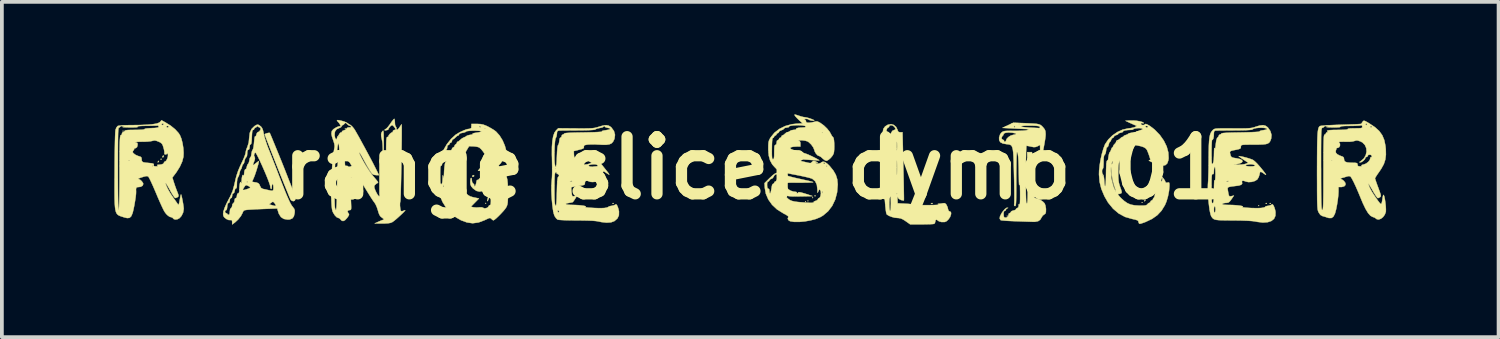
<source format=kicad_pcb>
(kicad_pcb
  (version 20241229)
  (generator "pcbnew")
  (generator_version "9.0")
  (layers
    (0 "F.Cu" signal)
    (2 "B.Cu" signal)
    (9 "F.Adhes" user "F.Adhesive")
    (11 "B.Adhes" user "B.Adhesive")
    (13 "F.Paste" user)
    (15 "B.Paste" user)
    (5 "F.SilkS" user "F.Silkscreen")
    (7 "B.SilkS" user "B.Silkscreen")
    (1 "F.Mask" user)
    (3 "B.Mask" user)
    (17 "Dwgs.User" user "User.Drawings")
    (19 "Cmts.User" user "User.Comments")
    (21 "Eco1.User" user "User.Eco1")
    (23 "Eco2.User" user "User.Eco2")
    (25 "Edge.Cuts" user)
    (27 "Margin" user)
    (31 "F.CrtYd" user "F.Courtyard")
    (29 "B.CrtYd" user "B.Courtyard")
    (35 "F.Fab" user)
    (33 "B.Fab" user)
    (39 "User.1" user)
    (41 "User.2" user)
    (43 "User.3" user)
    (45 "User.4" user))
  (footprint "range slicer dymo 01"
    (layer "F.Cu")
    (at 17.048 1.43)
    (property "Reference" "range slicer dymo 01" (at 0 0 0) (layer "F.SilkS") (effects (font (size 1.524 1.524) (thickness 0.3))))
    (attr through_hole)
    (fp_poly (pts (xy -16.806 -0.984) (xy -16.817 -0.974) (xy -16.828 -0.984) (xy -16.817 -0.995) (xy -16.806 -0.984)) (stroke (width 0.01) (type solid)) (fill yes) (layer "F.SilkS"))
    (fp_poly (pts (xy -10.88 -1.048) (xy -10.89 -1.037) (xy -10.901 -1.048) (xy -10.89 -1.058) (xy -10.88 -1.048)) (stroke (width 0.01) (type solid)) (fill yes) (layer "F.SilkS"))
    (fp_poly (pts (xy -7.133 0.942) (xy -7.144 0.953) (xy -7.154 0.942) (xy -7.144 0.931) (xy -7.133 0.942)) (stroke (width 0.01) (type solid)) (fill yes) (layer "F.SilkS"))
    (fp_poly (pts (xy 1.397 0.9) (xy 1.386 0.91) (xy 1.376 0.9) (xy 1.386 0.889) (xy 1.397 0.9)) (stroke (width 0.01) (type solid)) (fill yes) (layer "F.SilkS"))
    (fp_poly (pts (xy 1.46 0.878) (xy 1.45 0.889) (xy 1.439 0.878) (xy 1.45 0.868) (xy 1.46 0.878)) (stroke (width 0.01) (type solid)) (fill yes) (layer "F.SilkS"))
    (fp_poly (pts (xy 1.587 0.794) (xy 1.577 0.804) (xy 1.566 0.794) (xy 1.577 0.783) (xy 1.587 0.794)) (stroke (width 0.01) (type solid)) (fill yes) (layer "F.SilkS"))
    (fp_poly (pts (xy 6.773 1.281) (xy 6.763 1.291) (xy 6.752 1.281) (xy 6.763 1.27) (xy 6.773 1.281)) (stroke (width 0.01) (type solid)) (fill yes) (layer "F.SilkS"))
    (fp_poly (pts (xy 10.372 0.921) (xy 10.361 0.931) (xy 10.351 0.921) (xy 10.361 0.91) (xy 10.372 0.921)) (stroke (width 0.01) (type solid)) (fill yes) (layer "F.SilkS"))
    (fp_poly (pts (xy 10.52 0.794) (xy 10.509 0.804) (xy 10.499 0.794) (xy 10.509 0.783) (xy 10.52 0.794)) (stroke (width 0.01) (type solid)) (fill yes) (layer "F.SilkS"))
    (fp_poly (pts (xy 13.483 1.005) (xy 13.473 1.016) (xy 13.462 1.005) (xy 13.473 0.995) (xy 13.483 1.005)) (stroke (width 0.01) (type solid)) (fill yes) (layer "F.SilkS"))
    (fp_poly (pts (xy -15.797 -0.247) (xy -15.795 -0.222) (xy -15.797 -0.219) (xy -15.81 -0.222) (xy -15.812 -0.233) (xy -15.804 -0.25) (xy -15.797 -0.247)) (stroke (width 0.01) (type solid)) (fill yes) (layer "F.SilkS"))
    (fp_poly (pts (xy -3.732 0.938) (xy -3.735 0.951) (xy -3.747 0.953) (xy -3.764 0.945) (xy -3.761 0.938) (xy -3.735 0.936) (xy -3.732 0.938)) (stroke (width 0.01) (type solid)) (fill yes) (layer "F.SilkS"))
    (fp_poly (pts (xy 1.644 0.727) (xy 1.646 0.752) (xy 1.644 0.755) (xy 1.631 0.752) (xy 1.63 0.741) (xy 1.638 0.723) (xy 1.644 0.727)) (stroke (width 0.01) (type solid)) (fill yes) (layer "F.SilkS"))
    (fp_poly (pts (xy 4.778 0.94) (xy 4.772 0.949) (xy 4.75 0.951) (xy 4.728 0.946) (xy 4.737 0.938) (xy 4.77 0.936) (xy 4.778 0.94)) (stroke (width 0.01) (type solid)) (fill yes) (layer "F.SilkS"))
    (fp_poly (pts (xy 13.688 0.938) (xy 13.685 0.951) (xy 13.674 0.953) (xy 13.656 0.945) (xy 13.66 0.938) (xy 13.685 0.936) (xy 13.688 0.938)) (stroke (width 0.01) (type solid)) (fill yes) (layer "F.SilkS"))
    (fp_poly (pts (xy 13.794 0.938) (xy 13.791 0.951) (xy 13.78 0.953) (xy 13.762 0.945) (xy 13.765 0.938) (xy 13.791 0.936) (xy 13.794 0.938)) (stroke (width 0.01) (type solid)) (fill yes) (layer "F.SilkS"))
    (fp_poly (pts (xy -15.86 -0.177) (xy -15.864 -0.169) (xy -15.884 -0.149) (xy -15.888 -0.148) (xy -15.89 -0.162) (xy -15.886 -0.169) (xy -15.866 -0.19) (xy -15.862 -0.191) (xy -15.86 -0.177)) (stroke (width 0.01) (type solid)) (fill yes) (layer "F.SilkS"))
    (fp_poly (pts (xy -15.728 -0.327) (xy -15.727 -0.32) (xy -15.742 -0.29) (xy -15.748 -0.286) (xy -15.768 -0.287) (xy -15.769 -0.294) (xy -15.754 -0.324) (xy -15.748 -0.328) (xy -15.728 -0.327)) (stroke (width 0.01) (type solid)) (fill yes) (layer "F.SilkS"))
    (fp_poly (pts (xy -7.451 0.207) (xy -7.451 0.212) (xy -7.468 0.23) (xy -7.484 0.233) (xy -7.506 0.223) (xy -7.504 0.212) (xy -7.477 0.191) (xy -7.471 0.191) (xy -7.451 0.207)) (stroke (width 0.01) (type solid)) (fill yes) (layer "F.SilkS"))
    (fp_poly (pts (xy 10.45 0.86) (xy 10.446 0.868) (xy 10.426 0.888) (xy 10.422 0.889) (xy 10.421 0.875) (xy 10.425 0.868) (xy 10.445 0.848) (xy 10.448 0.847) (xy 10.45 0.86)) (stroke (width 0.01) (type solid)) (fill yes) (layer "F.SilkS"))
    (fp_poly (pts (xy 10.747 0.261) (xy 10.737 0.268) (xy 10.714 0.296) (xy 10.71 0.317) (xy 10.695 0.356) (xy 10.679 0.367) (xy 10.661 0.386) (xy 10.651 0.429) (xy 10.647 0.504) (xy 10.647 0.529) (xy 10.645 0.609) (xy 10.638 0.655) (xy 10.625 0.675) (xy 10.615 0.677) (xy 10.587 0.694) (xy 10.583 0.708) (xy 10.57 0.744) (xy 10.562 0.751) (xy 10.542 0.757) (xy 10.541 0.754) (xy 10.548 0.729) (xy 10.564 0.684) (xy 10.58 0.63) (xy 10.597 0.554) (xy 10.607 0.5) (xy 10.632 0.39) (xy 10.663 0.31) (xy 10.7 0.264) (xy 10.727 0.256) (xy 10.747 0.261)) (stroke (width 0.01) (type solid)) (fill yes) (layer "F.SilkS"))
    (fp_poly (pts (xy -12.904 -0.935) (xy -12.893 -0.911) (xy -12.868 -0.853) (xy -12.833 -0.769) (xy -12.79 -0.664) (xy -12.741 -0.545) (xy -12.689 -0.418) (xy -12.637 -0.29) (xy -12.586 -0.165) (xy -12.541 -0.052) (xy -12.502 0.045) (xy -12.474 0.116) (xy -12.434 0.219) (xy -12.386 0.342) (xy -12.336 0.468) (xy -12.305 0.546) (xy -12.269 0.644) (xy -12.24 0.73) (xy -12.222 0.796) (xy -12.217 0.832) (xy -12.239 0.873) (xy -12.279 0.886) (xy -12.324 0.869) (xy -12.348 0.843) (xy -12.361 0.814) (xy -12.388 0.752) (xy -12.425 0.661) (xy -12.472 0.546) (xy -12.527 0.412) (xy -12.586 0.264) (xy -12.649 0.107) (xy -12.713 -0.054) (xy -12.776 -0.215) (xy -12.837 -0.369) (xy -12.893 -0.513) (xy -12.943 -0.642) (xy -12.985 -0.749) (xy -13.016 -0.832) (xy -13.034 -0.883) (xy -13.039 -0.899) (xy -13.021 -0.912) (xy -12.98 -0.927) (xy -12.936 -0.936) (xy -12.907 -0.937) (xy -12.904 -0.935)) (stroke (width 0.01) (type solid)) (fill yes) (layer "F.SilkS"))
    (fp_poly (pts (xy 3.669 -1.169) (xy 3.741 -1.147) (xy 3.801 -1.095) (xy 3.837 -1.022) (xy 3.839 -1.015) (xy 3.856 -0.969) (xy 3.89 -0.954) (xy 3.911 -0.953) (xy 3.972 -0.953) (xy 3.994 -0.048) (xy 3.998 0.144) (xy 4.002 0.322) (xy 4.005 0.482) (xy 4.007 0.62) (xy 4.009 0.732) (xy 4.01 0.812) (xy 4.009 0.857) (xy 4.008 0.866) (xy 3.985 0.866) (xy 3.939 0.856) (xy 3.933 0.855) (xy 3.871 0.821) (xy 3.849 0.783) (xy 3.841 0.764) (xy 3.837 0.787) (xy 3.838 0.836) (xy 3.842 0.942) (xy 4.053 0.953) (xy 4.137 0.958) (xy 4.196 0.965) (xy 4.225 0.972) (xy 4.223 0.977) (xy 4.229 0.981) (xy 4.273 0.984) (xy 4.347 0.988) (xy 4.447 0.99) (xy 4.567 0.991) (xy 4.583 0.991) (xy 4.718 0.99) (xy 4.825 0.988) (xy 4.9 0.984) (xy 4.94 0.979) (xy 4.942 0.974) (xy 4.913 0.96) (xy 4.923 0.955) (xy 4.945 0.954) (xy 5 0.949) (xy 5.051 0.94) (xy 5.097 0.938) (xy 5.129 0.961) (xy 5.149 0.991) (xy 5.175 1.049) (xy 5.186 1.1) (xy 5.186 1.101) (xy 5.204 1.145) (xy 5.23 1.159) (xy 5.26 1.173) (xy 5.268 1.203) (xy 5.263 1.246) (xy 5.24 1.309) (xy 5.197 1.371) (xy 5.146 1.42) (xy 5.101 1.44) (xy 5.015 1.442) (xy 4.947 1.424) (xy 4.924 1.408) (xy 4.882 1.379) (xy 4.855 1.388) (xy 4.847 1.426) (xy 4.835 1.471) (xy 4.814 1.49) (xy 4.781 1.495) (xy 4.715 1.499) (xy 4.624 1.501) (xy 4.516 1.503) (xy 4.479 1.503) (xy 4.177 1.503) (xy 4.056 1.418) (xy 3.981 1.37) (xy 3.921 1.344) (xy 3.861 1.334) (xy 3.836 1.333) (xy 3.76 1.325) (xy 3.679 1.303) (xy 3.607 1.274) (xy 3.557 1.242) (xy 3.547 1.23) (xy 3.536 1.192) (xy 3.525 1.118) (xy 3.513 1.011) (xy 3.509 0.954) (xy 3.619 0.954) (xy 3.622 1.045) (xy 3.628 1.109) (xy 3.637 1.141) (xy 3.641 1.143) (xy 3.651 1.123) (xy 3.658 1.067) (xy 3.661 0.982) (xy 3.662 0.941) (xy 3.66 0.84) (xy 3.654 0.776) (xy 3.644 0.751) (xy 3.641 0.751) (xy 3.631 0.777) (xy 3.624 0.835) (xy 3.62 0.914) (xy 3.619 0.954) (xy 3.509 0.954) (xy 3.502 0.877) (xy 3.492 0.72) (xy 3.49 0.688) (xy 3.81 0.688) (xy 3.821 0.699) (xy 3.831 0.688) (xy 3.821 0.677) (xy 3.81 0.688) (xy 3.49 0.688) (xy 3.482 0.547) (xy 3.473 0.362) (xy 3.466 0.17) (xy 3.461 -0.024) (xy 3.458 -0.215) (xy 3.458 -0.222) (xy 3.456 -0.391) (xy 3.454 -0.548) (xy 3.452 -0.689) (xy 3.45 -0.807) (xy 3.449 -0.898) (xy 3.447 -0.954) (xy 3.447 -0.956) (xy 3.54 -0.956) (xy 3.544 -0.921) (xy 3.546 -0.891) (xy 3.548 -0.823) (xy 3.55 -0.723) (xy 3.551 -0.596) (xy 3.553 -0.446) (xy 3.554 -0.279) (xy 3.554 -0.099) (xy 3.554 -0.091) (xy 3.555 0.118) (xy 3.556 0.288) (xy 3.558 0.422) (xy 3.56 0.525) (xy 3.564 0.599) (xy 3.568 0.649) (xy 3.574 0.677) (xy 3.581 0.687) (xy 3.584 0.686) (xy 3.591 0.676) (xy 3.598 0.648) (xy 3.603 0.599) (xy 3.607 0.525) (xy 3.609 0.424) (xy 3.611 0.291) (xy 3.613 0.122) (xy 3.613 -0.011) (xy 3.818 -0.011) (xy 3.819 0.086) (xy 3.82 0.153) (xy 3.822 0.186) (xy 3.824 0.182) (xy 3.826 0.154) (xy 3.828 0.051) (xy 3.828 -0.067) (xy 3.826 -0.163) (xy 3.823 -0.2) (xy 3.821 -0.197) (xy 3.82 -0.158) (xy 3.819 -0.085) (xy 3.818 -0.011) (xy 3.613 -0.011) (xy 3.614 -0.08) (xy 3.614 -0.295) (xy 3.615 -0.471) (xy 3.615 -0.582) (xy 3.818 -0.582) (xy 3.818 -0.512) (xy 3.82 -0.474) (xy 3.823 -0.471) (xy 3.826 -0.493) (xy 3.829 -0.577) (xy 3.827 -0.663) (xy 3.825 -0.683) (xy 3.822 -0.703) (xy 3.819 -0.685) (xy 3.818 -0.633) (xy 3.818 -0.582) (xy 3.615 -0.582) (xy 3.615 -0.612) (xy 3.616 -0.721) (xy 3.617 -0.803) (xy 3.618 -0.861) (xy 3.62 -0.899) (xy 3.623 -0.92) (xy 3.626 -0.927) (xy 3.63 -0.926) (xy 3.635 -0.918) (xy 3.638 -0.913) (xy 3.654 -0.903) (xy 3.667 -0.93) (xy 3.67 -0.94) (xy 3.702 -0.991) (xy 3.736 -1.007) (xy 3.779 -1.025) (xy 3.784 -1.053) (xy 3.754 -1.098) (xy 3.752 -1.1) (xy 3.712 -1.131) (xy 3.667 -1.142) (xy 3.631 -1.134) (xy 3.619 -1.111) (xy 3.603 -1.083) (xy 3.589 -1.079) (xy 3.564 -1.061) (xy 3.547 -1.015) (xy 3.54 -0.956) (xy 3.447 -0.956) (xy 3.447 -0.968) (xy 3.462 -1.045) (xy 3.509 -1.109) (xy 3.581 -1.153) (xy 3.667 -1.169) (xy 3.669 -1.169)) (stroke (width 0.01) (type solid)) (fill yes) (layer "F.SilkS"))
    (fp_poly (pts (xy 7.237 -1.195) (xy 7.376 -1.189) (xy 7.48 -1.183) (xy 7.556 -1.176) (xy 7.61 -1.165) (xy 7.649 -1.149) (xy 7.68 -1.127) (xy 7.71 -1.097) (xy 7.721 -1.085) (xy 7.762 -1.033) (xy 7.782 -0.986) (xy 7.788 -0.923) (xy 7.789 -0.89) (xy 7.785 -0.836) (xy 7.774 -0.754) (xy 7.758 -0.656) (xy 7.738 -0.549) (xy 7.717 -0.442) (xy 7.696 -0.345) (xy 7.677 -0.265) (xy 7.662 -0.213) (xy 7.654 -0.196) (xy 7.649 -0.21) (xy 7.644 -0.259) (xy 7.642 -0.333) (xy 7.641 -0.399) (xy 7.641 -0.615) (xy 7.574 -0.58) (xy 7.523 -0.56) (xy 7.473 -0.556) (xy 7.403 -0.569) (xy 7.403 -0.569) (xy 7.339 -0.583) (xy 7.292 -0.591) (xy 7.28 -0.593) (xy 7.275 -0.572) (xy 7.272 -0.516) (xy 7.268 -0.428) (xy 7.266 -0.316) (xy 7.263 -0.184) (xy 7.262 -0.039) (xy 7.26 0.114) (xy 7.26 0.269) (xy 7.26 0.419) (xy 7.261 0.56) (xy 7.262 0.686) (xy 7.265 0.79) (xy 7.268 0.868) (xy 7.271 0.912) (xy 7.273 0.919) (xy 7.285 0.942) (xy 7.294 0.943) (xy 7.301 0.918) (xy 7.306 0.865) (xy 7.309 0.781) (xy 7.31 0.664) (xy 7.31 0.511) (xy 7.307 0.319) (xy 7.307 0.255) (xy 7.297 -0.423) (xy 7.425 -0.423) (xy 7.438 0.069) (xy 7.444 0.266) (xy 7.449 0.425) (xy 7.455 0.549) (xy 7.461 0.643) (xy 7.468 0.712) (xy 7.477 0.758) (xy 7.487 0.786) (xy 7.5 0.8) (xy 7.515 0.804) (xy 7.517 0.804) (xy 7.578 0.818) (xy 7.651 0.853) (xy 7.718 0.899) (xy 7.761 0.943) (xy 7.784 1.002) (xy 7.797 1.081) (xy 7.798 1.107) (xy 7.796 1.174) (xy 7.786 1.212) (xy 7.763 1.233) (xy 7.753 1.238) (xy 7.71 1.272) (xy 7.681 1.318) (xy 7.643 1.381) (xy 7.588 1.419) (xy 7.506 1.435) (xy 7.441 1.435) (xy 7.375 1.433) (xy 7.277 1.43) (xy 7.159 1.426) (xy 7.031 1.421) (xy 6.964 1.419) (xy 6.845 1.414) (xy 6.74 1.408) (xy 6.657 1.401) (xy 6.604 1.395) (xy 6.588 1.39) (xy 6.564 1.351) (xy 6.572 1.29) (xy 6.612 1.21) (xy 6.641 1.167) (xy 6.701 1.096) (xy 6.748 1.063) (xy 6.763 1.061) (xy 6.79 1.064) (xy 6.776 1.071) (xy 6.768 1.073) (xy 6.737 1.095) (xy 6.731 1.113) (xy 6.714 1.14) (xy 6.699 1.143) (xy 6.677 1.157) (xy 6.668 1.204) (xy 6.668 1.226) (xy 6.672 1.291) (xy 6.691 1.321) (xy 6.73 1.324) (xy 6.748 1.319) (xy 6.787 1.292) (xy 6.795 1.257) (xy 6.806 1.216) (xy 6.826 1.206) (xy 6.854 1.191) (xy 6.858 1.177) (xy 6.877 1.153) (xy 6.925 1.135) (xy 6.933 1.134) (xy 6.978 1.12) (xy 6.997 1.105) (xy 6.996 1.102) (xy 7.004 1.084) (xy 7.028 1.073) (xy 7.061 1.048) (xy 7.07 1.002) (xy 7.073 0.964) (xy 7.084 0.964) (xy 7.091 0.974) (xy 7.099 0.967) (xy 7.105 0.919) (xy 7.108 0.828) (xy 7.108 0.696) (xy 7.108 0.646) (xy 7.106 0.519) (xy 7.104 0.434) (xy 7.101 0.389) (xy 7.097 0.381) (xy 7.092 0.412) (xy 7.091 0.423) (xy 7.086 0.458) (xy 7.082 0.453) (xy 7.078 0.408) (xy 7.076 0.322) (xy 7.074 0.194) (xy 7.073 0.167) (xy 7.07 -0.026) (xy 7.065 -0.179) (xy 7.058 -0.293) (xy 7.048 -0.37) (xy 7.036 -0.413) (xy 7.024 -0.423) (xy 7.02 -0.403) (xy 7.016 -0.345) (xy 7.013 -0.255) (xy 7.01 -0.137) (xy 7.008 0.005) (xy 7.006 0.164) (xy 7.006 0.296) (xy 7.006 0.491) (xy 7.005 0.648) (xy 7.004 0.77) (xy 7.002 0.863) (xy 6.999 0.929) (xy 6.994 0.973) (xy 6.989 1) (xy 6.981 1.013) (xy 6.973 1.016) (xy 6.95 1.005) (xy 6.949 0.967) (xy 6.951 0.958) (xy 6.953 0.923) (xy 6.955 0.851) (xy 6.955 0.749) (xy 6.954 0.62) (xy 6.952 0.471) (xy 6.949 0.307) (xy 6.946 0.201) (xy 6.941 -0.007) (xy 6.936 -0.176) (xy 6.931 -0.311) (xy 6.924 -0.416) (xy 6.914 -0.494) (xy 6.9 -0.55) (xy 6.882 -0.588) (xy 6.858 -0.611) (xy 6.828 -0.624) (xy 6.791 -0.631) (xy 6.749 -0.635) (xy 6.647 -0.653) (xy 6.581 -0.687) (xy 6.55 -0.741) (xy 6.549 -0.774) (xy 6.615 -0.774) (xy 6.648 -0.755) (xy 6.678 -0.738) (xy 6.679 -0.721) (xy 6.683 -0.702) (xy 6.698 -0.699) (xy 6.727 -0.713) (xy 6.731 -0.727) (xy 6.749 -0.775) (xy 6.796 -0.824) (xy 6.859 -0.864) (xy 6.922 -0.883) (xy 6.983 -0.896) (xy 7.002 -0.909) (xy 6.981 -0.924) (xy 6.919 -0.937) (xy 6.893 -0.941) (xy 6.797 -0.947) (xy 6.723 -0.939) (xy 6.678 -0.92) (xy 6.668 -0.899) (xy 6.656 -0.869) (xy 6.649 -0.864) (xy 6.629 -0.841) (xy 6.617 -0.812) (xy 6.615 -0.774) (xy 6.549 -0.774) (xy 6.548 -0.815) (xy 6.577 -0.902) (xy 6.613 -0.946) (xy 6.638 -0.965) (xy 6.666 -0.978) (xy 6.705 -0.986) (xy 6.763 -0.99) (xy 6.848 -0.991) (xy 6.959 -0.99) (xy 7.081 -0.991) (xy 7.185 -0.995) (xy 7.262 -1.002) (xy 7.303 -1.011) (xy 7.33 -1.025) (xy 7.327 -1.033) (xy 7.291 -1.037) (xy 7.25 -1.039) (xy 7.185 -1.042) (xy 7.092 -1.046) (xy 6.983 -1.051) (xy 6.89 -1.056) (xy 6.636 -1.069) (xy 6.703 -1.101) (xy 6.943 -1.101) (xy 6.95 -1.08) (xy 6.952 -1.079) (xy 6.97 -1.094) (xy 6.974 -1.101) (xy 6.974 -1.106) (xy 7.131 -1.106) (xy 7.167 -1.096) (xy 7.245 -1.086) (xy 7.355 -1.078) (xy 7.453 -1.073) (xy 7.535 -1.068) (xy 7.594 -1.065) (xy 7.616 -1.063) (xy 7.637 -1.075) (xy 7.637 -1.092) (xy 7.628 -1.106) (xy 7.602 -1.116) (xy 7.553 -1.123) (xy 7.474 -1.127) (xy 7.382 -1.129) (xy 7.261 -1.128) (xy 7.178 -1.123) (xy 7.135 -1.116) (xy 7.131 -1.106) (xy 6.974 -1.106) (xy 6.973 -1.12) (xy 6.965 -1.122) (xy 6.944 -1.106) (xy 6.943 -1.101) (xy 6.703 -1.101) (xy 6.782 -1.138) (xy 6.859 -1.175) (xy 7.07 -1.175) (xy 7.08 -1.164) (xy 7.091 -1.175) (xy 7.08 -1.185) (xy 7.07 -1.175) (xy 6.859 -1.175) (xy 6.928 -1.207) (xy 7.237 -1.195)) (stroke (width 0.01) (type solid)) (fill yes) (layer "F.SilkS"))
    (fp_poly (pts (xy -15.689 -1.217) (xy -15.547 -1.129) (xy -15.426 -1.031) (xy -15.334 -0.93) (xy -15.298 -0.873) (xy -15.26 -0.78) (xy -15.23 -0.66) (xy -15.209 -0.529) (xy -15.201 -0.401) (xy -15.206 -0.298) (xy -15.239 -0.171) (xy -15.302 -0.032) (xy -15.391 0.11) (xy -15.411 0.137) (xy -15.501 0.256) (xy -15.463 0.377) (xy -15.433 0.467) (xy -15.397 0.568) (xy -15.375 0.624) (xy -15.348 0.693) (xy -15.337 0.734) (xy -15.34 0.758) (xy -15.357 0.776) (xy -15.361 0.778) (xy -15.403 0.798) (xy -15.427 0.8) (xy -15.448 0.78) (xy -15.484 0.73) (xy -15.528 0.658) (xy -15.57 0.582) (xy -15.622 0.49) (xy -15.658 0.429) (xy -15.679 0.402) (xy -15.683 0.41) (xy -15.669 0.452) (xy -15.635 0.53) (xy -15.634 0.534) (xy -15.595 0.607) (xy -15.542 0.696) (xy -15.484 0.781) (xy -15.48 0.787) (xy -15.429 0.858) (xy -15.386 0.92) (xy -15.358 0.961) (xy -15.354 0.967) (xy -15.341 0.98) (xy -15.33 0.968) (xy -15.318 0.925) (xy -15.304 0.851) (xy -15.291 0.777) (xy -15.279 0.725) (xy -15.271 0.704) (xy -15.27 0.704) (xy -15.26 0.73) (xy -15.246 0.787) (xy -15.231 0.862) (xy -15.216 0.943) (xy -15.205 1.019) (xy -15.198 1.077) (xy -15.198 1.093) (xy -15.214 1.188) (xy -15.258 1.279) (xy -15.311 1.338) (xy -15.364 1.366) (xy -15.421 1.374) (xy -15.465 1.362) (xy -15.48 1.344) (xy -15.509 1.319) (xy -15.538 1.312) (xy -15.58 1.298) (xy -15.631 1.26) (xy -15.65 1.242) (xy -15.675 1.214) (xy -15.699 1.182) (xy -15.724 1.141) (xy -15.752 1.086) (xy -15.787 1.012) (xy -15.831 0.915) (xy -15.886 0.789) (xy -15.953 0.63) (xy -15.969 0.593) (xy -16.017 0.482) (xy -16.062 0.383) (xy -16.1 0.304) (xy -16.128 0.252) (xy -16.139 0.235) (xy -16.165 0.217) (xy -16.201 0.217) (xy -16.26 0.231) (xy -16.352 0.26) (xy -16.404 0.281) (xy -16.415 0.292) (xy -16.403 0.295) (xy -16.362 0.313) (xy -16.317 0.353) (xy -16.285 0.399) (xy -16.277 0.426) (xy -16.296 0.474) (xy -16.348 0.502) (xy -16.398 0.508) (xy -16.441 0.512) (xy -16.464 0.529) (xy -16.471 0.569) (xy -16.469 0.636) (xy -16.471 0.692) (xy -16.48 0.777) (xy -16.496 0.88) (xy -16.514 0.988) (xy -16.535 1.091) (xy -16.555 1.176) (xy -16.566 1.213) (xy -16.6 1.29) (xy -16.644 1.33) (xy -16.707 1.336) (xy -16.785 1.317) (xy -16.841 1.299) (xy -16.889 1.283) (xy -16.929 1.266) (xy -16.961 1.244) (xy -16.987 1.214) (xy -17.006 1.172) (xy -17.021 1.115) (xy -17.031 1.039) (xy -17.038 0.941) (xy -17.042 0.816) (xy -17.043 0.663) (xy -17.043 0.476) (xy -17.042 0.254) (xy -17.041 0.074) (xy -17.041 0.021) (xy -16.954 0.021) (xy -16.954 0.296) (xy -16.953 0.533) (xy -16.951 0.73) (xy -16.948 0.888) (xy -16.945 1.006) (xy -16.94 1.084) (xy -16.935 1.119) (xy -16.933 1.122) (xy -16.928 1.101) (xy -16.923 1.038) (xy -16.919 0.935) (xy -16.916 0.792) (xy -16.914 0.61) (xy -16.912 0.389) (xy -16.912 0.183) (xy -16.912 -0.053) (xy -16.044 -0.053) (xy -16.034 -0.042) (xy -16.023 -0.053) (xy -16.034 -0.064) (xy -16.044 -0.053) (xy -16.912 -0.053) (xy -16.912 -0.063) (xy -16.911 -0.205) (xy -16.672 -0.205) (xy -16.669 -0.192) (xy -16.658 -0.191) (xy -16.641 -0.198) (xy -16.644 -0.205) (xy -16.669 -0.207) (xy -16.672 -0.205) (xy -16.911 -0.205) (xy -16.911 -0.27) (xy -16.91 -0.439) (xy -16.56 -0.439) (xy -16.555 -0.413) (xy -16.531 -0.386) (xy -16.483 -0.35) (xy -16.417 -0.321) (xy -16.404 -0.317) (xy -16.349 -0.299) (xy -16.325 -0.275) (xy -16.32 -0.234) (xy -16.32 -0.233) (xy -16.317 -0.193) (xy -16.302 -0.167) (xy -16.269 -0.151) (xy -16.207 -0.141) (xy -16.132 -0.134) (xy -16.055 -0.126) (xy -16.013 -0.117) (xy -15.996 -0.103) (xy -15.997 -0.082) (xy -15.997 -0.082) (xy -15.997 -0.055) (xy -15.971 -0.044) (xy -15.936 -0.043) (xy -15.892 -0.046) (xy -15.886 -0.055) (xy -15.896 -0.064) (xy -15.912 -0.079) (xy -15.89 -0.084) (xy -15.875 -0.085) (xy -15.798 -0.093) (xy -15.745 -0.112) (xy -15.727 -0.14) (xy -15.712 -0.167) (xy -15.7 -0.17) (xy -15.671 -0.189) (xy -15.643 -0.235) (xy -15.623 -0.293) (xy -15.617 -0.347) (xy -15.621 -0.367) (xy -15.635 -0.392) (xy -15.641 -0.386) (xy -15.66 -0.365) (xy -15.684 -0.36) (xy -15.714 -0.37) (xy -15.714 -0.39) (xy -15.713 -0.426) (xy -15.723 -0.487) (xy -15.737 -0.54) (xy -15.759 -0.61) (xy -15.784 -0.652) (xy -15.823 -0.681) (xy -15.87 -0.703) (xy -15.936 -0.728) (xy -15.984 -0.734) (xy -16.033 -0.723) (xy -16.034 -0.722) (xy -16.086 -0.712) (xy -16.165 -0.704) (xy -16.257 -0.7) (xy -16.285 -0.701) (xy -16.37 -0.7) (xy -16.437 -0.697) (xy -16.477 -0.692) (xy -16.483 -0.69) (xy -16.477 -0.679) (xy -16.459 -0.677) (xy -16.434 -0.668) (xy -16.428 -0.631) (xy -16.429 -0.609) (xy -16.444 -0.556) (xy -16.48 -0.53) (xy -16.489 -0.527) (xy -16.521 -0.516) (xy -16.523 -0.51) (xy -16.52 -0.496) (xy -16.538 -0.469) (xy -16.56 -0.439) (xy -16.91 -0.439) (xy -16.91 -0.44) (xy -16.908 -0.578) (xy -16.905 -0.685) (xy -16.9 -0.765) (xy -16.895 -0.822) (xy -16.888 -0.857) (xy -16.88 -0.875) (xy -16.871 -0.878) (xy -16.867 -0.877) (xy -16.853 -0.885) (xy -16.849 -0.909) (xy -16.837 -0.944) (xy -16.819 -0.953) (xy -16.787 -0.97) (xy -16.778 -0.984) (xy -16.765 -0.998) (xy -16.735 -1.007) (xy -16.682 -1.013) (xy -16.599 -1.015) (xy -16.499 -1.016) (xy -16.385 -1.018) (xy -16.302 -1.022) (xy -16.255 -1.029) (xy -16.245 -1.036) (xy -16.231 -1.047) (xy -16.181 -1.055) (xy -16.099 -1.061) (xy -16.061 -1.063) (xy -15.966 -1.067) (xy -15.906 -1.074) (xy -15.874 -1.084) (xy -15.865 -1.099) (xy -15.864 -1.101) (xy -15.663 -1.101) (xy -15.646 -1.082) (xy -15.632 -1.079) (xy -15.603 -1.091) (xy -15.6 -1.101) (xy -15.617 -1.119) (xy -15.632 -1.122) (xy -15.66 -1.11) (xy -15.663 -1.101) (xy -15.864 -1.101) (xy -15.878 -1.128) (xy -15.891 -1.13) (xy -15.921 -1.129) (xy -15.985 -1.128) (xy -16.073 -1.126) (xy -16.176 -1.125) (xy -16.187 -1.125) (xy -16.307 -1.122) (xy -16.386 -1.117) (xy -16.425 -1.109) (xy -16.425 -1.101) (xy -16.428 -1.091) (xy -16.471 -1.085) (xy -16.555 -1.082) (xy -16.637 -1.082) (xy -16.74 -1.084) (xy -16.807 -1.088) (xy -16.835 -1.094) (xy -16.828 -1.101) (xy -16.775 -1.118) (xy -16.833 -1.12) (xy -16.875 -1.115) (xy -16.891 -1.101) (xy -16.908 -1.082) (xy -16.923 -1.079) (xy -16.93 -1.075) (xy -16.936 -1.061) (xy -16.941 -1.033) (xy -16.945 -0.989) (xy -16.948 -0.924) (xy -16.95 -0.836) (xy -16.952 -0.722) (xy -16.953 -0.578) (xy -16.954 -0.4) (xy -16.954 -0.187) (xy -16.954 0.021) (xy -17.041 0.021) (xy -17.04 -0.152) (xy -17.038 -0.36) (xy -17.035 -0.547) (xy -17.032 -0.708) (xy -17.028 -0.84) (xy -17.024 -0.939) (xy -17.019 -1.002) (xy -17.016 -1.021) (xy -16.993 -1.078) (xy -16.961 -1.118) (xy -16.955 -1.121) (xy -16.921 -1.129) (xy -16.852 -1.135) (xy -16.757 -1.14) (xy -16.644 -1.143) (xy -16.58 -1.143) (xy -16.356 -1.146) (xy -16.173 -1.154) (xy -16.055 -1.164) (xy -15.79 -1.164) (xy -15.775 -1.144) (xy -15.77 -1.143) (xy -15.742 -1.158) (xy -15.737 -1.164) (xy -15.742 -1.182) (xy -15.757 -1.185) (xy -15.786 -1.174) (xy -15.79 -1.164) (xy -16.055 -1.164) (xy -16.029 -1.166) (xy -15.924 -1.184) (xy -15.855 -1.208) (xy -15.828 -1.228) (xy -15.791 -1.273) (xy -15.689 -1.217)) (stroke (width 0.01) (type solid)) (fill yes) (layer "F.SilkS"))
    (fp_poly (pts (xy -13.209 -1.153) (xy -13.176 -1.134) (xy -13.135 -1.101) (xy -13.106 -1.06) (xy -13.083 -1) (xy -13.063 -0.91) (xy -13.059 -0.888) (xy -13.041 -0.815) (xy -13.01 -0.716) (xy -12.972 -0.603) (xy -12.929 -0.49) (xy -12.927 -0.487) (xy -12.882 -0.375) (xy -12.828 -0.236) (xy -12.769 -0.086) (xy -12.711 0.063) (xy -12.679 0.148) (xy -12.597 0.361) (xy -12.528 0.537) (xy -12.47 0.681) (xy -12.421 0.795) (xy -12.381 0.884) (xy -12.347 0.952) (xy -12.318 1.001) (xy -12.292 1.035) (xy -12.292 1.035) (xy -12.252 1.088) (xy -12.237 1.137) (xy -12.24 1.2) (xy -12.261 1.29) (xy -12.302 1.345) (xy -12.369 1.372) (xy -12.426 1.376) (xy -12.528 1.359) (xy -12.605 1.309) (xy -12.66 1.223) (xy -12.676 1.177) (xy -12.705 1.079) (xy -13.025 1.091) (xy -13.15 1.096) (xy -13.271 1.101) (xy -13.377 1.107) (xy -13.457 1.112) (xy -13.474 1.113) (xy -13.546 1.121) (xy -13.587 1.132) (xy -13.61 1.154) (xy -13.627 1.193) (xy -13.629 1.199) (xy -13.675 1.284) (xy -13.746 1.373) (xy -13.829 1.45) (xy -13.845 1.462) (xy -13.906 1.506) (xy -13.906 1.443) (xy -13.911 1.399) (xy -13.931 1.388) (xy -13.946 1.39) (xy -14.001 1.387) (xy -14.064 1.359) (xy -14.116 1.316) (xy -14.139 1.282) (xy -14.148 1.227) (xy -14.139 1.164) (xy -14.097 1.164) (xy -14.084 1.199) (xy -14.065 1.206) (xy -14.037 1.218) (xy -14.034 1.228) (xy -14.016 1.246) (xy -14.002 1.249) (xy -13.979 1.234) (xy -13.97 1.187) (xy -13.97 1.166) (xy -13.961 1.101) (xy -13.938 1.072) (xy -13.914 1.044) (xy -13.906 1.005) (xy -13.898 0.97) (xy -12.921 0.97) (xy -12.847 0.991) (xy -12.786 1.008) (xy -12.755 1.013) (xy -12.743 1.007) (xy -12.742 0.997) (xy -12.755 0.968) (xy -12.779 0.934) (xy -12.807 0.905) (xy -12.83 0.903) (xy -12.868 0.929) (xy -12.869 0.93) (xy -12.921 0.97) (xy -13.898 0.97) (xy -13.895 0.96) (xy -13.875 0.939) (xy -13.851 0.91) (xy -13.843 0.866) (xy -13.833 0.817) (xy -13.811 0.804) (xy -13.786 0.785) (xy -13.78 0.741) (xy -13.77 0.69) (xy -13.748 0.677) (xy -13.727 0.665) (xy -13.717 0.621) (xy -13.716 0.585) (xy -13.715 0.569) (xy -13.62 0.569) (xy -13.618 0.587) (xy -13.58 0.585) (xy -13.507 0.563) (xy -13.474 0.551) (xy -13.431 0.531) (xy -13.426 0.513) (xy -13.459 0.489) (xy -13.481 0.477) (xy -13.516 0.461) (xy -13.54 0.459) (xy -13.563 0.479) (xy -13.594 0.525) (xy -13.62 0.569) (xy -13.715 0.569) (xy -13.713 0.507) (xy -13.704 0.434) (xy -13.702 0.422) (xy -13.691 0.378) (xy -13.682 0.373) (xy -13.672 0.393) (xy -13.661 0.409) (xy -13.655 0.387) (xy -13.655 0.367) (xy -13.518 0.367) (xy -13.516 0.379) (xy -13.504 0.381) (xy -13.487 0.373) (xy -13.488 0.37) (xy -13.376 0.37) (xy -13.329 0.376) (xy -13.253 0.389) (xy -13.207 0.408) (xy -13.18 0.439) (xy -13.166 0.474) (xy -13.136 0.531) (xy -13.089 0.557) (xy -13.085 0.558) (xy -13.026 0.57) (xy -12.955 0.587) (xy -12.943 0.589) (xy -12.87 0.605) (xy -12.829 0.607) (xy -12.811 0.59) (xy -12.806 0.549) (xy -12.806 0.519) (xy -12.81 0.462) (xy -12.821 0.428) (xy -12.827 0.423) (xy -12.841 0.442) (xy -12.848 0.488) (xy -12.848 0.499) (xy -12.853 0.547) (xy -12.866 0.562) (xy -12.869 0.561) (xy -12.885 0.532) (xy -12.89 0.49) (xy -12.899 0.452) (xy -12.923 0.382) (xy -12.958 0.289) (xy -13.003 0.178) (xy -13.054 0.059) (xy -13.108 -0.064) (xy -13.162 -0.181) (xy -13.213 -0.287) (xy -13.223 -0.306) (xy -13.257 -0.371) (xy -13.279 -0.404) (xy -13.294 -0.409) (xy -13.308 -0.392) (xy -13.311 -0.386) (xy -13.325 -0.337) (xy -13.311 -0.3) (xy -13.298 -0.264) (xy -13.305 -0.217) (xy -13.321 -0.172) (xy -13.346 -0.107) (xy -13.352 -0.077) (xy -13.335 -0.08) (xy -13.293 -0.113) (xy -13.278 -0.125) (xy -13.231 -0.161) (xy -13.201 -0.182) (xy -13.194 -0.184) (xy -13.196 -0.161) (xy -13.208 -0.107) (xy -13.229 -0.034) (xy -13.254 0.05) (xy -13.282 0.135) (xy -13.308 0.21) (xy -13.326 0.254) (xy -13.376 0.37) (xy -13.488 0.37) (xy -13.49 0.367) (xy -13.515 0.364) (xy -13.518 0.367) (xy -13.655 0.367) (xy -13.654 0.349) (xy -13.648 0.267) (xy -13.637 0.21) (xy -13.623 0.185) (xy -13.608 0.194) (xy -13.594 0.203) (xy -13.589 0.173) (xy -13.589 0.169) (xy -13.583 0.106) (xy -13.571 0.056) (xy -13.554 0.031) (xy -13.547 0.032) (xy -13.532 0.021) (xy -13.519 -0.02) (xy -13.517 -0.03) (xy -13.502 -0.081) (xy -13.483 -0.109) (xy -13.481 -0.11) (xy -13.465 -0.134) (xy -13.451 -0.184) (xy -13.447 -0.206) (xy -13.437 -0.258) (xy -13.424 -0.285) (xy -13.42 -0.286) (xy -13.408 -0.299) (xy -13.397 -0.342) (xy -13.393 -0.373) (xy -13.382 -0.435) (xy -13.366 -0.477) (xy -13.359 -0.485) (xy -13.347 -0.511) (xy -13.335 -0.569) (xy -13.325 -0.649) (xy -13.322 -0.685) (xy -13.314 -0.764) (xy -13.305 -0.82) (xy -13.296 -0.846) (xy -13.292 -0.845) (xy -13.277 -0.843) (xy -13.263 -0.88) (xy -13.262 -0.886) (xy -13.246 -0.932) (xy -13.227 -0.952) (xy -13.226 -0.953) (xy -13.189 -0.97) (xy -13.157 -1.009) (xy -13.145 -1.046) (xy -13.16 -1.075) (xy -13.174 -1.079) (xy -13.21 -1.096) (xy -13.217 -1.106) (xy -13.231 -1.122) (xy -13.242 -1.106) (xy -13.271 -1.082) (xy -13.284 -1.079) (xy -13.31 -1.063) (xy -13.314 -1.048) (xy -13.33 -1.02) (xy -13.345 -1.016) (xy -13.36 -1.007) (xy -13.371 -0.977) (xy -13.377 -0.917) (xy -13.382 -0.823) (xy -13.382 -0.82) (xy -13.387 -0.722) (xy -13.394 -0.661) (xy -13.406 -0.633) (xy -13.414 -0.63) (xy -13.434 -0.615) (xy -13.441 -0.562) (xy -13.441 -0.561) (xy -13.448 -0.506) (xy -13.47 -0.487) (xy -13.473 -0.487) (xy -13.493 -0.474) (xy -13.503 -0.432) (xy -13.504 -0.391) (xy -13.511 -0.32) (xy -13.53 -0.285) (xy -13.534 -0.284) (xy -13.555 -0.257) (xy -13.573 -0.206) (xy -13.576 -0.189) (xy -13.589 -0.137) (xy -13.604 -0.108) (xy -13.609 -0.106) (xy -13.626 -0.087) (xy -13.642 -0.043) (xy -13.643 -0.037) (xy -13.659 0.014) (xy -13.676 0.043) (xy -13.677 0.044) (xy -13.693 0.071) (xy -13.707 0.123) (xy -13.71 0.139) (xy -13.725 0.2) (xy -13.747 0.245) (xy -13.751 0.25) (xy -13.769 0.291) (xy -13.778 0.365) (xy -13.78 0.414) (xy -13.782 0.494) (xy -13.791 0.536) (xy -13.806 0.545) (xy -13.827 0.56) (xy -13.839 0.607) (xy -13.839 0.609) (xy -13.853 0.66) (xy -13.876 0.677) (xy -13.9 0.696) (xy -13.906 0.741) (xy -13.916 0.791) (xy -13.938 0.804) (xy -13.963 0.823) (xy -13.97 0.868) (xy -13.979 0.918) (xy -14.001 0.931) (xy -14.022 0.947) (xy -14.035 0.999) (xy -14.038 1.032) (xy -14.047 1.1) (xy -14.065 1.127) (xy -14.071 1.127) (xy -14.092 1.14) (xy -14.097 1.164) (xy -14.139 1.164) (xy -14.138 1.155) (xy -14.107 1.062) (xy -14.054 0.943) (xy -13.978 0.796) (xy -13.96 0.764) (xy -13.893 0.612) (xy -13.843 0.427) (xy -13.843 0.425) (xy -13.814 0.293) (xy -13.784 0.185) (xy -13.75 0.084) (xy -13.705 -0.024) (xy -13.645 -0.153) (xy -13.64 -0.163) (xy -13.6 -0.25) (xy -13.569 -0.329) (xy -13.55 -0.388) (xy -13.547 -0.41) (xy -13.538 -0.459) (xy -13.516 -0.527) (xy -13.5 -0.564) (xy -13.464 -0.679) (xy -13.452 -0.806) (xy -13.436 -0.937) (xy -13.388 -1.041) (xy -13.308 -1.119) (xy -13.287 -1.132) (xy -13.242 -1.155) (xy -13.209 -1.153)) (stroke (width 0.01) (type solid)) (fill yes) (layer "F.SilkS"))
    (fp_poly (pts (xy 16.314 -1.25) (xy 16.367 -1.221) (xy 16.419 -1.19) (xy 16.571 -1.089) (xy 16.685 -0.986) (xy 16.767 -0.873) (xy 16.821 -0.743) (xy 16.852 -0.589) (xy 16.861 -0.505) (xy 16.864 -0.353) (xy 16.848 -0.224) (xy 16.809 -0.105) (xy 16.742 0.017) (xy 16.686 0.1) (xy 16.636 0.171) (xy 16.598 0.23) (xy 16.576 0.268) (xy 16.573 0.276) (xy 16.581 0.303) (xy 16.6 0.36) (xy 16.628 0.44) (xy 16.659 0.523) (xy 16.695 0.622) (xy 16.718 0.688) (xy 16.728 0.73) (xy 16.726 0.756) (xy 16.715 0.772) (xy 16.708 0.778) (xy 16.667 0.8) (xy 16.647 0.804) (xy 16.628 0.787) (xy 16.594 0.739) (xy 16.549 0.669) (xy 16.502 0.587) (xy 16.456 0.508) (xy 16.421 0.451) (xy 16.399 0.42) (xy 16.394 0.42) (xy 16.395 0.421) (xy 16.418 0.491) (xy 16.451 0.562) (xy 16.497 0.643) (xy 16.563 0.744) (xy 16.601 0.8) (xy 16.663 0.888) (xy 16.705 0.941) (xy 16.731 0.96) (xy 16.749 0.945) (xy 16.761 0.895) (xy 16.774 0.811) (xy 16.776 0.797) (xy 16.788 0.738) (xy 16.801 0.717) (xy 16.807 0.721) (xy 16.822 0.764) (xy 16.837 0.836) (xy 16.85 0.924) (xy 16.86 1.016) (xy 16.864 1.099) (xy 16.863 1.16) (xy 16.862 1.17) (xy 16.834 1.245) (xy 16.788 1.308) (xy 16.732 1.353) (xy 16.673 1.374) (xy 16.621 1.366) (xy 16.597 1.347) (xy 16.559 1.321) (xy 16.51 1.305) (xy 16.452 1.273) (xy 16.388 1.201) (xy 16.32 1.088) (xy 16.246 0.933) (xy 16.204 0.832) (xy 16.13 0.653) (xy 16.064 0.501) (xy 16.007 0.379) (xy 15.96 0.289) (xy 15.925 0.235) (xy 15.908 0.22) (xy 15.864 0.217) (xy 15.816 0.229) (xy 15.75 0.251) (xy 15.695 0.265) (xy 15.658 0.278) (xy 15.66 0.29) (xy 15.663 0.291) (xy 15.702 0.313) (xy 15.743 0.345) (xy 15.784 0.401) (xy 15.786 0.452) (xy 15.752 0.489) (xy 15.686 0.507) (xy 15.67 0.508) (xy 15.6 0.508) (xy 15.6 0.63) (xy 15.594 0.731) (xy 15.58 0.853) (xy 15.56 0.982) (xy 15.536 1.103) (xy 15.51 1.201) (xy 15.502 1.224) (xy 15.462 1.299) (xy 15.411 1.335) (xy 15.342 1.334) (xy 15.303 1.322) (xy 15.236 1.3) (xy 15.174 1.283) (xy 15.171 1.282) (xy 15.116 1.251) (xy 15.071 1.186) (xy 15.061 1.165) (xy 15.053 1.142) (xy 15.046 1.114) (xy 15.041 1.075) (xy 15.037 1.023) (xy 15.034 0.954) (xy 15.031 0.863) (xy 15.03 0.747) (xy 15.029 0.603) (xy 15.029 0.426) (xy 15.028 0.212) (xy 15.028 0.08) (xy 15.029 -0.173) (xy 15.029 -0.273) (xy 15.134 -0.273) (xy 15.134 -0.041) (xy 15.135 0.03) (xy 15.135 0.276) (xy 15.136 0.483) (xy 15.137 0.654) (xy 15.138 0.792) (xy 15.14 0.901) (xy 15.143 0.984) (xy 15.146 1.044) (xy 15.151 1.085) (xy 15.156 1.109) (xy 15.162 1.12) (xy 15.167 1.122) (xy 15.174 1.117) (xy 15.18 1.102) (xy 15.185 1.071) (xy 15.189 1.023) (xy 15.192 0.953) (xy 15.194 0.858) (xy 15.196 0.736) (xy 15.197 0.581) (xy 15.197 0.392) (xy 15.198 0.164) (xy 15.198 0.116) (xy 15.198 -0.118) (xy 15.198 -0.201) (xy 15.409 -0.201) (xy 15.42 -0.191) (xy 15.431 -0.201) (xy 15.42 -0.212) (xy 15.409 -0.201) (xy 15.198 -0.201) (xy 15.198 -0.314) (xy 15.199 -0.412) (xy 15.526 -0.412) (xy 15.564 -0.368) (xy 15.634 -0.33) (xy 15.664 -0.32) (xy 15.718 -0.299) (xy 15.742 -0.274) (xy 15.748 -0.232) (xy 15.748 -0.232) (xy 15.756 -0.192) (xy 15.783 -0.165) (xy 15.835 -0.148) (xy 15.92 -0.141) (xy 15.986 -0.139) (xy 16.055 -0.137) (xy 16.091 -0.129) (xy 16.105 -0.112) (xy 16.108 -0.09) (xy 16.115 -0.057) (xy 16.145 -0.044) (xy 16.177 -0.043) (xy 16.219 -0.047) (xy 16.221 -0.058) (xy 16.217 -0.061) (xy 16.212 -0.075) (xy 16.247 -0.088) (xy 16.265 -0.091) (xy 16.332 -0.116) (xy 16.393 -0.161) (xy 16.435 -0.216) (xy 16.447 -0.258) (xy 16.455 -0.286) (xy 16.468 -0.286) (xy 16.485 -0.292) (xy 16.489 -0.312) (xy 16.472 -0.345) (xy 16.436 -0.355) (xy 16.393 -0.348) (xy 16.383 -0.328) (xy 16.366 -0.3) (xy 16.351 -0.296) (xy 16.323 -0.284) (xy 16.32 -0.273) (xy 16.303 -0.235) (xy 16.263 -0.192) (xy 16.216 -0.159) (xy 16.182 -0.149) (xy 16.157 -0.152) (xy 16.165 -0.164) (xy 16.194 -0.183) (xy 16.275 -0.253) (xy 16.326 -0.34) (xy 16.348 -0.434) (xy 16.341 -0.528) (xy 16.304 -0.613) (xy 16.239 -0.68) (xy 16.182 -0.71) (xy 16.116 -0.732) (xy 16.069 -0.734) (xy 16.029 -0.721) (xy 15.977 -0.708) (xy 15.902 -0.7) (xy 15.845 -0.699) (xy 15.734 -0.701) (xy 15.66 -0.7) (xy 15.62 -0.696) (xy 15.609 -0.689) (xy 15.617 -0.68) (xy 15.639 -0.646) (xy 15.64 -0.6) (xy 15.622 -0.559) (xy 15.591 -0.54) (xy 15.589 -0.54) (xy 15.554 -0.531) (xy 15.545 -0.519) (xy 15.536 -0.483) (xy 15.527 -0.46) (xy 15.526 -0.412) (xy 15.199 -0.412) (xy 15.199 -0.474) (xy 15.201 -0.603) (xy 15.203 -0.702) (xy 15.206 -0.776) (xy 15.209 -0.829) (xy 15.214 -0.862) (xy 15.22 -0.881) (xy 15.227 -0.889) (xy 15.229 -0.889) (xy 15.257 -0.906) (xy 15.261 -0.921) (xy 15.279 -0.948) (xy 15.298 -0.953) (xy 15.321 -0.957) (xy 15.307 -0.971) (xy 15.293 -0.988) (xy 15.311 -1) (xy 15.365 -1.009) (xy 15.457 -1.014) (xy 15.588 -1.016) (xy 15.603 -1.016) (xy 15.719 -1.018) (xy 15.799 -1.023) (xy 15.839 -1.03) (xy 15.843 -1.037) (xy 15.856 -1.048) (xy 15.909 -1.055) (xy 15.999 -1.058) (xy 16.032 -1.058) (xy 16.126 -1.059) (xy 16.185 -1.062) (xy 16.218 -1.069) (xy 16.232 -1.081) (xy 16.235 -1.101) (xy 16.447 -1.101) (xy 16.463 -1.08) (xy 16.468 -1.079) (xy 16.488 -1.096) (xy 16.489 -1.101) (xy 16.473 -1.121) (xy 16.468 -1.122) (xy 16.447 -1.106) (xy 16.447 -1.101) (xy 16.235 -1.101) (xy 16.235 -1.101) (xy 16.235 -1.103) (xy 16.227 -1.135) (xy 16.196 -1.137) (xy 16.187 -1.135) (xy 16.148 -1.13) (xy 16.076 -1.126) (xy 15.984 -1.123) (xy 15.89 -1.122) (xy 15.774 -1.12) (xy 15.696 -1.115) (xy 15.657 -1.107) (xy 15.653 -1.101) (xy 15.639 -1.09) (xy 15.586 -1.084) (xy 15.495 -1.081) (xy 15.448 -1.082) (xy 15.349 -1.084) (xy 15.291 -1.089) (xy 15.273 -1.095) (xy 15.282 -1.101) (xy 15.335 -1.118) (xy 15.277 -1.12) (xy 15.235 -1.115) (xy 15.219 -1.103) (xy 15.201 -1.083) (xy 15.176 -1.073) (xy 15.167 -1.07) (xy 15.159 -1.063) (xy 15.152 -1.049) (xy 15.147 -1.025) (xy 15.143 -0.986) (xy 15.14 -0.931) (xy 15.137 -0.855) (xy 15.136 -0.754) (xy 15.135 -0.626) (xy 15.134 -0.467) (xy 15.134 -0.273) (xy 15.029 -0.273) (xy 15.03 -0.387) (xy 15.031 -0.565) (xy 15.034 -0.711) (xy 15.038 -0.828) (xy 15.043 -0.92) (xy 15.051 -0.99) (xy 15.06 -1.041) (xy 15.071 -1.076) (xy 15.085 -1.1) (xy 15.101 -1.115) (xy 15.109 -1.119) (xy 15.139 -1.125) (xy 15.206 -1.131) (xy 15.302 -1.138) (xy 15.421 -1.144) (xy 15.556 -1.15) (xy 15.632 -1.152) (xy 15.804 -1.157) (xy 15.938 -1.162) (xy 16.005 -1.164) (xy 16.32 -1.164) (xy 16.336 -1.144) (xy 16.341 -1.143) (xy 16.361 -1.159) (xy 16.362 -1.164) (xy 16.346 -1.185) (xy 16.341 -1.185) (xy 16.32 -1.169) (xy 16.32 -1.164) (xy 16.005 -1.164) (xy 16.04 -1.165) (xy 16.113 -1.169) (xy 16.162 -1.172) (xy 16.192 -1.175) (xy 16.208 -1.178) (xy 16.214 -1.183) (xy 16.214 -1.185) (xy 16.226 -1.209) (xy 16.245 -1.236) (xy 16.262 -1.255) (xy 16.282 -1.26) (xy 16.314 -1.25)) (stroke (width 0.01) (type solid)) (fill yes) (layer "F.SilkS"))
    (fp_poly (pts (xy 10.131 -1.266) (xy 10.222 -1.258) (xy 10.305 -1.243) (xy 10.37 -1.225) (xy 10.405 -1.204) (xy 10.406 -1.203) (xy 10.402 -1.19) (xy 10.374 -1.195) (xy 10.339 -1.198) (xy 10.329 -1.176) (xy 10.346 -1.152) (xy 10.384 -1.143) (xy 10.422 -1.15) (xy 10.44 -1.168) (xy 10.461 -1.175) (xy 10.507 -1.157) (xy 10.571 -1.119) (xy 10.645 -1.064) (xy 10.7 -1.019) (xy 10.834 -0.881) (xy 10.941 -0.729) (xy 11.018 -0.572) (xy 11.061 -0.413) (xy 11.069 -0.261) (xy 11.061 -0.204) (xy 11.033 -0.123) (xy 10.984 -0.077) (xy 10.915 -0.063) (xy 10.872 -0.07) (xy 10.81 -0.086) (xy 10.74 -0.109) (xy 10.669 -0.136) (xy 10.606 -0.163) (xy 10.561 -0.186) (xy 10.541 -0.202) (xy 10.546 -0.207) (xy 10.578 -0.215) (xy 10.583 -0.219) (xy 10.575 -0.252) (xy 10.557 -0.31) (xy 10.533 -0.378) (xy 10.509 -0.44) (xy 10.491 -0.481) (xy 10.459 -0.522) (xy 10.408 -0.554) (xy 10.329 -0.581) (xy 10.218 -0.604) (xy 10.167 -0.611) (xy 10.148 -0.603) (xy 10.15 -0.589) (xy 10.14 -0.559) (xy 10.089 -0.527) (xy 10.081 -0.524) (xy 9.947 -0.441) (xy 9.839 -0.328) (xy 9.786 -0.238) (xy 9.759 -0.181) (xy 9.742 -0.131) (xy 9.732 -0.076) (xy 9.728 -0.004) (xy 9.726 0.095) (xy 9.726 0.127) (xy 9.727 0.243) (xy 9.733 0.33) (xy 9.744 0.401) (xy 9.763 0.468) (xy 9.779 0.514) (xy 9.806 0.59) (xy 9.817 0.636) (xy 9.815 0.663) (xy 9.8 0.678) (xy 9.753 0.692) (xy 9.731 0.69) (xy 9.717 0.696) (xy 9.73 0.724) (xy 9.765 0.767) (xy 9.816 0.819) (xy 9.88 0.875) (xy 9.889 0.883) (xy 9.971 0.939) (xy 10.058 0.976) (xy 10.161 0.996) (xy 10.293 1.004) (xy 10.304 1.004) (xy 10.394 1.003) (xy 10.451 0.998) (xy 10.483 0.987) (xy 10.501 0.969) (xy 10.501 0.968) (xy 10.532 0.938) (xy 10.553 0.931) (xy 10.58 0.914) (xy 10.583 0.9) (xy 10.6 0.872) (xy 10.615 0.868) (xy 10.643 0.852) (xy 10.647 0.838) (xy 10.66 0.806) (xy 10.67 0.8) (xy 10.685 0.777) (xy 10.701 0.724) (xy 10.709 0.677) (xy 10.719 0.62) (xy 10.727 0.591) (xy 10.73 0.593) (xy 10.738 0.606) (xy 10.75 0.589) (xy 10.762 0.551) (xy 10.771 0.504) (xy 10.772 0.482) (xy 10.784 0.435) (xy 10.806 0.423) (xy 10.834 0.406) (xy 10.837 0.392) (xy 10.854 0.364) (xy 10.869 0.36) (xy 10.895 0.341) (xy 10.901 0.302) (xy 10.902 0.243) (xy 10.943 0.296) (xy 10.973 0.342) (xy 10.985 0.376) (xy 11.002 0.394) (xy 11.038 0.39) (xy 11.07 0.384) (xy 11.086 0.396) (xy 11.091 0.433) (xy 11.091 0.479) (xy 11.08 0.61) (xy 11.052 0.755) (xy 11.012 0.893) (xy 10.971 0.99) (xy 10.88 1.138) (xy 10.767 1.259) (xy 10.626 1.358) (xy 10.451 1.441) (xy 10.429 1.449) (xy 10.353 1.476) (xy 10.308 1.488) (xy 10.285 1.485) (xy 10.276 1.471) (xy 10.261 1.425) (xy 10.258 1.412) (xy 10.234 1.395) (xy 10.179 1.377) (xy 10.102 1.36) (xy 10.096 1.359) (xy 9.91 1.306) (xy 9.74 1.215) (xy 9.588 1.086) (xy 9.454 0.922) (xy 9.357 0.754) (xy 9.275 0.558) (xy 9.228 0.368) (xy 9.215 0.201) (xy 9.292 0.201) (xy 9.303 0.212) (xy 9.313 0.201) (xy 9.303 0.191) (xy 9.292 0.201) (xy 9.215 0.201) (xy 9.212 0.168) (xy 9.215 0.08) (xy 9.293 0.08) (xy 9.296 0.128) (xy 9.308 0.165) (xy 9.318 0.174) (xy 9.333 0.2) (xy 9.345 0.261) (xy 9.352 0.335) (xy 9.359 0.425) (xy 9.367 0.474) (xy 9.376 0.487) (xy 9.384 0.464) (xy 9.391 0.408) (xy 9.396 0.322) (xy 9.399 0.208) (xy 9.399 0.175) (xy 9.401 0.068) (xy 9.528 0.068) (xy 9.543 0.285) (xy 9.597 0.49) (xy 9.615 0.535) (xy 9.644 0.6) (xy 9.66 0.627) (xy 9.662 0.618) (xy 9.651 0.576) (xy 9.627 0.503) (xy 9.617 0.475) (xy 9.575 0.324) (xy 9.549 0.149) (xy 9.547 0.127) (xy 9.54 0.037) (xy 9.535 -0.013) (xy 9.532 -0.025) (xy 9.53 -0.002) (xy 9.528 0.055) (xy 9.528 0.068) (xy 9.401 0.068) (xy 9.401 0.061) (xy 9.405 -0.041) (xy 9.409 -0.106) (xy 9.548 -0.106) (xy 9.555 -0.098) (xy 9.568 -0.117) (xy 9.581 -0.15) (xy 9.587 -0.18) (xy 9.579 -0.184) (xy 9.567 -0.169) (xy 9.55 -0.124) (xy 9.548 -0.106) (xy 9.409 -0.106) (xy 9.41 -0.121) (xy 9.417 -0.17) (xy 9.419 -0.18) (xy 9.434 -0.205) (xy 9.442 -0.191) (xy 9.442 -0.191) (xy 9.446 -0.192) (xy 9.454 -0.228) (xy 9.462 -0.283) (xy 9.474 -0.352) (xy 9.488 -0.402) (xy 9.5 -0.421) (xy 9.521 -0.45) (xy 9.536 -0.492) (xy 9.553 -0.534) (xy 9.57 -0.55) (xy 9.587 -0.567) (xy 9.588 -0.577) (xy 9.603 -0.611) (xy 9.631 -0.641) (xy 9.663 -0.68) (xy 9.673 -0.709) (xy 9.673 -0.709) (xy 9.694 -0.709) (xy 9.705 -0.699) (xy 9.716 -0.709) (xy 9.705 -0.72) (xy 9.694 -0.709) (xy 9.673 -0.709) (xy 9.69 -0.737) (xy 9.705 -0.741) (xy 9.742 -0.756) (xy 9.773 -0.783) (xy 9.81 -0.815) (xy 9.837 -0.826) (xy 9.862 -0.837) (xy 9.864 -0.844) (xy 9.882 -0.863) (xy 9.922 -0.878) (xy 9.969 -0.895) (xy 9.993 -0.914) (xy 10.019 -0.927) (xy 10.075 -0.939) (xy 10.099 -0.942) (xy 10.552 -0.942) (xy 10.625 -0.863) (xy 10.673 -0.811) (xy 10.7 -0.787) (xy 10.71 -0.786) (xy 10.71 -0.79) (xy 10.696 -0.806) (xy 10.66 -0.842) (xy 10.631 -0.869) (xy 10.552 -0.942) (xy 10.099 -0.942) (xy 10.135 -0.947) (xy 10.201 -0.955) (xy 10.244 -0.966) (xy 10.255 -0.975) (xy 10.265 -0.99) (xy 10.305 -1.005) (xy 10.308 -1.005) (xy 10.361 -1.023) (xy 10.376 -1.04) (xy 10.355 -1.054) (xy 10.304 -1.062) (xy 10.245 -1.062) (xy 10.18 -1.055) (xy 10.139 -1.045) (xy 10.129 -1.035) (xy 10.119 -1.023) (xy 10.077 -1.017) (xy 10.058 -1.016) (xy 9.978 -1.012) (xy 9.911 -1.003) (xy 9.866 -0.989) (xy 9.853 -0.973) (xy 9.854 -0.972) (xy 9.843 -0.957) (xy 9.802 -0.943) (xy 9.79 -0.941) (xy 9.745 -0.927) (xy 9.726 -0.913) (xy 9.726 -0.91) (xy 9.716 -0.894) (xy 9.677 -0.879) (xy 9.673 -0.878) (xy 9.629 -0.86) (xy 9.61 -0.835) (xy 9.61 -0.834) (xy 9.593 -0.807) (xy 9.58 -0.804) (xy 9.554 -0.786) (xy 9.537 -0.751) (xy 9.521 -0.712) (xy 9.504 -0.699) (xy 9.488 -0.68) (xy 9.473 -0.635) (xy 9.471 -0.625) (xy 9.456 -0.578) (xy 9.436 -0.556) (xy 9.433 -0.556) (xy 9.416 -0.54) (xy 9.404 -0.49) (xy 9.402 -0.466) (xy 9.391 -0.402) (xy 9.372 -0.36) (xy 9.365 -0.354) (xy 9.349 -0.332) (xy 9.339 -0.284) (xy 9.335 -0.205) (xy 9.335 -0.158) (xy 9.332 -0.07) (xy 9.326 -0.009) (xy 9.316 0.02) (xy 9.313 0.021) (xy 9.298 0.039) (xy 9.293 0.08) (xy 9.215 0.08) (xy 9.216 0.061) (xy 9.231 -0.08) (xy 9.256 -0.231) (xy 9.29 -0.381) (xy 9.329 -0.515) (xy 9.37 -0.623) (xy 9.377 -0.637) (xy 9.459 -0.758) (xy 9.571 -0.868) (xy 9.703 -0.959) (xy 9.844 -1.023) (xy 9.98 -1.053) (xy 10.061 -1.064) (xy 10.135 -1.08) (xy 10.171 -1.092) (xy 10.189 -1.101) (xy 10.446 -1.101) (xy 10.476 -1.081) (xy 10.489 -1.079) (xy 10.517 -1.091) (xy 10.52 -1.101) (xy 10.502 -1.118) (xy 10.476 -1.122) (xy 10.447 -1.114) (xy 10.446 -1.101) (xy 10.189 -1.101) (xy 10.211 -1.111) (xy 10.216 -1.123) (xy 10.192 -1.134) (xy 10.15 -1.152) (xy 10.086 -1.18) (xy 10.033 -1.204) (xy 9.917 -1.259) (xy 10.044 -1.266) (xy 10.131 -1.266)) (stroke (width 0.01) (type solid)) (fill yes) (layer "F.SilkS"))
    (fp_poly (pts (xy -3.864 -1.129) (xy -3.806 -1.093) (xy -3.791 -1.078) (xy -3.724 -0.986) (xy -3.696 -0.885) (xy -3.71 -0.78) (xy -3.717 -0.763) (xy -3.748 -0.7) (xy -3.788 -0.657) (xy -3.845 -0.631) (xy -3.924 -0.619) (xy -4.034 -0.619) (xy -4.111 -0.623) (xy -4.217 -0.628) (xy -4.318 -0.629) (xy -4.4 -0.626) (xy -4.436 -0.623) (xy -4.495 -0.611) (xy -4.522 -0.595) (xy -4.526 -0.568) (xy -4.526 -0.564) (xy -4.527 -0.538) (xy -4.546 -0.519) (xy -4.591 -0.502) (xy -4.657 -0.485) (xy -4.794 -0.451) (xy -4.792 -0.373) (xy -4.788 -0.319) (xy -4.781 -0.287) (xy -4.779 -0.285) (xy -4.755 -0.278) (xy -4.7 -0.269) (xy -4.638 -0.262) (xy -4.55 -0.247) (xy -4.5 -0.226) (xy -4.488 -0.213) (xy -4.479 -0.169) (xy -4.507 -0.137) (xy -4.574 -0.114) (xy -4.617 -0.107) (xy -4.731 -0.09) (xy -4.59 -0.087) (xy -4.506 -0.09) (xy -4.43 -0.1) (xy -4.386 -0.112) (xy -4.321 -0.139) (xy -4.447 -0.22) (xy -4.508 -0.261) (xy -4.55 -0.293) (xy -4.565 -0.31) (xy -4.565 -0.311) (xy -4.539 -0.312) (xy -4.484 -0.303) (xy -4.411 -0.287) (xy -4.332 -0.266) (xy -4.258 -0.243) (xy -4.201 -0.221) (xy -4.179 -0.21) (xy -4.128 -0.17) (xy -4.07 -0.112) (xy -4.043 -0.08) (xy -3.985 -0.007) (xy -3.921 0.073) (xy -3.896 0.105) (xy -3.858 0.155) (xy -3.848 0.177) (xy -3.867 0.171) (xy -3.918 0.139) (xy -3.94 0.124) (xy -3.982 0.097) (xy -4.006 0.085) (xy -4.006 0.085) (xy -4.014 0.104) (xy -4.023 0.152) (xy -4.027 0.184) (xy -4.049 0.273) (xy -4.083 0.32) (xy -4.138 0.348) (xy -4.214 0.367) (xy -4.294 0.375) (xy -4.36 0.369) (xy -4.378 0.362) (xy -4.442 0.338) (xy -4.483 0.348) (xy -4.499 0.391) (xy -4.499 0.397) (xy -4.5 0.425) (xy -4.511 0.444) (xy -4.54 0.457) (xy -4.594 0.468) (xy -4.675 0.48) (xy -4.756 0.493) (xy -4.82 0.504) (xy -4.856 0.512) (xy -4.86 0.514) (xy -4.863 0.538) (xy -4.86 0.592) (xy -4.855 0.644) (xy -4.846 0.711) (xy -4.836 0.746) (xy -4.818 0.756) (xy -4.785 0.752) (xy -4.781 0.751) (xy -4.738 0.746) (xy -4.72 0.752) (xy -4.731 0.775) (xy -4.758 0.819) (xy -4.791 0.87) (xy -4.82 0.909) (xy -4.843 0.917) (xy -4.893 0.927) (xy -4.915 0.93) (xy -4.982 0.943) (xy -5.009 0.957) (xy -4.998 0.97) (xy -4.952 0.979) (xy -4.872 0.984) (xy -4.852 0.984) (xy -4.754 0.987) (xy -4.661 0.992) (xy -4.58 1.001) (xy -4.517 1.01) (xy -4.48 1.021) (xy -4.475 1.031) (xy -4.487 1.036) (xy -4.492 1.043) (xy -4.463 1.05) (xy -4.407 1.057) (xy -4.332 1.062) (xy -4.247 1.067) (xy -4.16 1.07) (xy -4.077 1.071) (xy -4.008 1.069) (xy -3.968 1.066) (xy -3.912 1.055) (xy -3.878 1.042) (xy -3.873 1.037) (xy -3.855 1.025) (xy -3.808 1.013) (xy -3.786 1.01) (xy -3.727 0.997) (xy -3.688 0.978) (xy -3.682 0.972) (xy -3.664 0.968) (xy -3.641 0.997) (xy -3.618 1.05) (xy -3.598 1.119) (xy -3.59 1.159) (xy -3.592 1.262) (xy -3.632 1.347) (xy -3.71 1.415) (xy -3.711 1.416) (xy -3.802 1.45) (xy -3.921 1.458) (xy -4.062 1.442) (xy -4.128 1.428) (xy -4.196 1.416) (xy -4.296 1.407) (xy -4.431 1.402) (xy -4.604 1.399) (xy -4.716 1.398) (xy -4.874 1.397) (xy -5.009 1.394) (xy -5.116 1.389) (xy -5.191 1.383) (xy -5.228 1.376) (xy -5.229 1.375) (xy -5.265 1.343) (xy -5.302 1.289) (xy -5.31 1.275) (xy -5.331 1.213) (xy -5.343 1.152) (xy -5.228 1.152) (xy -5.217 1.181) (xy -5.207 1.185) (xy -5.186 1.17) (xy -5.186 1.165) (xy -5.201 1.137) (xy -5.207 1.132) (xy -5.225 1.137) (xy -5.228 1.152) (xy -5.343 1.152) (xy -5.35 1.118) (xy -5.366 0.998) (xy -5.379 0.864) (xy -5.388 0.724) (xy -5.393 0.596) (xy -5.312 0.596) (xy -5.311 0.712) (xy -5.309 0.814) (xy -5.305 0.896) (xy -5.3 0.946) (xy -5.3 0.95) (xy -5.286 1.002) (xy -5.275 1.014) (xy -5.265 0.986) (xy -5.258 0.918) (xy -5.251 0.809) (xy -5.247 0.657) (xy -5.246 0.631) (xy -5.242 0.482) (xy -5.237 0.372) (xy -5.237 0.37) (xy -4.9 0.37) (xy -4.869 0.366) (xy -4.867 0.366) (xy -4.838 0.353) (xy -4.844 0.343) (xy -4.883 0.348) (xy -4.894 0.356) (xy -4.9 0.37) (xy -5.237 0.37) (xy -5.23 0.297) (xy -5.222 0.254) (xy -5.212 0.238) (xy -5.188 0.215) (xy -5.194 0.183) (xy -5.228 0.159) (xy -5.228 0.159) (xy -5.257 0.14) (xy -5.259 0.125) (xy -5.261 0.107) (xy -5.267 0.106) (xy -5.287 0.124) (xy -5.299 0.153) (xy -5.304 0.194) (xy -5.308 0.267) (xy -5.311 0.365) (xy -5.312 0.478) (xy -5.312 0.596) (xy -5.393 0.596) (xy -5.393 0.587) (xy -5.391 0.462) (xy -5.387 0.389) (xy -5.381 0.314) (xy -5.376 0.243) (xy -5.373 0.17) (xy -5.372 0.086) (xy -5.372 0.011) (xy -5.292 0.011) (xy -5.281 0.021) (xy -5.271 0.011) (xy -5.281 0) (xy -5.292 0.011) (xy -5.372 0.011) (xy -5.372 -0.014) (xy -5.374 -0.14) (xy -5.377 -0.297) (xy -5.378 -0.314) (xy -5.312 -0.314) (xy -5.311 -0.217) (xy -5.306 -0.138) (xy -5.303 -0.112) (xy -5.29 -0.047) (xy -5.278 -0.023) (xy -5.268 -0.039) (xy -5.264 -0.063) (xy -4.403 -0.063) (xy -4.385 -0.046) (xy -4.343 -0.034) (xy -4.296 -0.032) (xy -4.279 -0.035) (xy -4.236 -0.041) (xy -4.2 -0.042) (xy -4.158 -0.05) (xy -4.153 -0.068) (xy -4.185 -0.088) (xy -4.203 -0.094) (xy -4.255 -0.099) (xy -4.314 -0.095) (xy -4.368 -0.085) (xy -4.399 -0.07) (xy -4.403 -0.063) (xy -5.264 -0.063) (xy -5.258 -0.094) (xy -5.251 -0.187) (xy -5.246 -0.308) (xy -5.24 -0.44) (xy -5.232 -0.536) (xy -5.222 -0.594) (xy -5.213 -0.61) (xy -5.197 -0.639) (xy -5.185 -0.693) (xy -5.182 -0.72) (xy -5.172 -0.784) (xy -5.154 -0.81) (xy -5.149 -0.81) (xy -5.128 -0.823) (xy -5.122 -0.847) (xy -5.11 -0.881) (xy -5.092 -0.889) (xy -5.06 -0.905) (xy -5.054 -0.915) (xy -5.04 -0.924) (xy -5.002 -0.932) (xy -4.938 -0.937) (xy -4.842 -0.942) (xy -4.712 -0.945) (xy -4.544 -0.948) (xy -4.528 -0.948) (xy -4.379 -0.951) (xy -4.251 -0.954) (xy -4.15 -0.959) (xy -4.079 -0.964) (xy -4.044 -0.969) (xy -4.041 -0.973) (xy -4.042 -0.986) (xy -4.001 -0.998) (xy -3.951 -1.006) (xy -3.87 -1.02) (xy -3.828 -1.035) (xy -3.825 -1.051) (xy -3.863 -1.065) (xy -3.893 -1.071) (xy -3.943 -1.084) (xy -3.967 -1.098) (xy -3.967 -1.103) (xy -3.971 -1.121) (xy -3.978 -1.122) (xy -4 -1.107) (xy -4 -1.102) (xy -4.019 -1.088) (xy -4.068 -1.073) (xy -4.101 -1.067) (xy -4.163 -1.054) (xy -4.207 -1.037) (xy -4.217 -1.029) (xy -4.243 -1.02) (xy -4.308 -1.013) (xy -4.413 -1.007) (xy -4.559 -1.004) (xy -4.693 -1.003) (xy -4.831 -1.002) (xy -4.956 -1.001) (xy -5.063 -1) (xy -5.143 -0.999) (xy -5.19 -0.998) (xy -5.198 -0.997) (xy -5.226 -0.988) (xy -5.241 -0.957) (xy -5.246 -0.905) (xy -5.255 -0.846) (xy -5.271 -0.807) (xy -5.277 -0.8) (xy -5.287 -0.774) (xy -5.295 -0.715) (xy -5.303 -0.63) (xy -5.308 -0.529) (xy -5.312 -0.421) (xy -5.312 -0.314) (xy -5.378 -0.314) (xy -5.379 -0.36) (xy -5.378 -0.561) (xy -5.366 -0.724) (xy -5.343 -0.851) (xy -5.309 -0.945) (xy -5.269 -1) (xy -5.21 -1.059) (xy -4.738 -1.055) (xy -4.581 -1.054) (xy -4.461 -1.055) (xy -4.369 -1.057) (xy -4.299 -1.061) (xy -4.244 -1.068) (xy -4.197 -1.078) (xy -4.152 -1.091) (xy -4.133 -1.097) (xy -4.019 -1.131) (xy -3.932 -1.142) (xy -3.864 -1.129)) (stroke (width 0.01) (type solid)) (fill yes) (layer "F.SilkS"))
    (fp_poly (pts (xy 13.652 -1.127) (xy 13.709 -1.087) (xy 13.718 -1.078) (xy 13.783 -0.983) (xy 13.813 -0.882) (xy 13.804 -0.784) (xy 13.802 -0.778) (xy 13.781 -0.722) (xy 13.755 -0.681) (xy 13.718 -0.654) (xy 13.664 -0.637) (xy 13.584 -0.628) (xy 13.473 -0.624) (xy 13.391 -0.624) (xy 13.253 -0.623) (xy 13.151 -0.622) (xy 13.081 -0.62) (xy 13.036 -0.615) (xy 13.011 -0.606) (xy 12.999 -0.594) (xy 12.996 -0.576) (xy 12.996 -0.562) (xy 12.992 -0.532) (xy 12.971 -0.513) (xy 12.925 -0.498) (xy 12.875 -0.487) (xy 12.788 -0.47) (xy 12.736 -0.456) (xy 12.71 -0.44) (xy 12.704 -0.418) (xy 12.709 -0.384) (xy 12.711 -0.376) (xy 12.725 -0.324) (xy 12.745 -0.293) (xy 12.782 -0.275) (xy 12.847 -0.263) (xy 12.879 -0.259) (xy 12.972 -0.239) (xy 13.026 -0.209) (xy 13.041 -0.176) (xy 13.017 -0.143) (xy 12.953 -0.117) (xy 12.885 -0.104) (xy 12.829 -0.097) (xy 12.807 -0.093) (xy 12.821 -0.091) (xy 12.874 -0.089) (xy 12.922 -0.089) (xy 13.007 -0.091) (xy 13.083 -0.1) (xy 13.132 -0.113) (xy 13.193 -0.139) (xy 13.057 -0.228) (xy 12.996 -0.27) (xy 12.953 -0.301) (xy 12.936 -0.317) (xy 12.937 -0.317) (xy 12.989 -0.311) (xy 13.066 -0.295) (xy 13.154 -0.272) (xy 13.238 -0.246) (xy 13.302 -0.223) (xy 13.325 -0.211) (xy 13.369 -0.176) (xy 13.429 -0.118) (xy 13.493 -0.046) (xy 13.519 -0.016) (xy 13.593 0.075) (xy 13.641 0.137) (xy 13.665 0.173) (xy 13.666 0.184) (xy 13.646 0.175) (xy 13.63 0.164) (xy 13.567 0.12) (xy 13.53 0.102) (xy 13.51 0.108) (xy 13.499 0.141) (xy 13.493 0.173) (xy 13.472 0.242) (xy 13.438 0.3) (xy 13.43 0.309) (xy 13.369 0.347) (xy 13.286 0.371) (xy 13.199 0.377) (xy 13.131 0.362) (xy 13.07 0.341) (xy 13.032 0.342) (xy 13.023 0.365) (xy 13.025 0.37) (xy 13.031 0.416) (xy 13.005 0.448) (xy 12.943 0.468) (xy 12.894 0.475) (xy 12.786 0.488) (xy 12.713 0.499) (xy 12.67 0.51) (xy 12.648 0.526) (xy 12.643 0.549) (xy 12.646 0.581) (xy 12.648 0.59) (xy 12.662 0.675) (xy 12.674 0.727) (xy 12.688 0.751) (xy 12.709 0.757) (xy 12.741 0.752) (xy 12.746 0.751) (xy 12.811 0.736) (xy 12.744 0.834) (xy 12.701 0.891) (xy 12.667 0.92) (xy 12.626 0.93) (xy 12.595 0.931) (xy 12.54 0.938) (xy 12.507 0.954) (xy 12.504 0.958) (xy 12.51 0.972) (xy 12.545 0.98) (xy 12.613 0.984) (xy 12.666 0.985) (xy 12.768 0.987) (xy 12.863 0.993) (xy 12.946 1.001) (xy 13.009 1.011) (xy 13.046 1.021) (xy 13.051 1.032) (xy 13.039 1.036) (xy 13.032 1.044) (xy 13.06 1.051) (xy 13.115 1.057) (xy 13.189 1.063) (xy 13.273 1.068) (xy 13.36 1.07) (xy 13.442 1.071) (xy 13.512 1.068) (xy 13.542 1.066) (xy 13.601 1.056) (xy 13.637 1.044) (xy 13.642 1.037) (xy 13.654 1.025) (xy 13.697 1.013) (xy 13.719 1.01) (xy 13.778 0.997) (xy 13.817 0.978) (xy 13.823 0.972) (xy 13.841 0.968) (xy 13.864 0.997) (xy 13.888 1.049) (xy 13.909 1.116) (xy 13.92 1.174) (xy 13.917 1.275) (xy 13.88 1.356) (xy 13.81 1.413) (xy 13.711 1.446) (xy 13.583 1.455) (xy 13.431 1.437) (xy 13.388 1.428) (xy 13.305 1.416) (xy 13.18 1.407) (xy 13.014 1.401) (xy 12.807 1.398) (xy 12.785 1.398) (xy 12.625 1.397) (xy 12.502 1.395) (xy 12.41 1.391) (xy 12.343 1.384) (xy 12.296 1.373) (xy 12.263 1.356) (xy 12.238 1.334) (xy 12.216 1.304) (xy 12.206 1.289) (xy 12.188 1.241) (xy 12.17 1.16) (xy 12.162 1.112) (xy 12.277 1.112) (xy 12.281 1.171) (xy 12.292 1.197) (xy 12.298 1.196) (xy 12.311 1.168) (xy 12.319 1.116) (xy 12.319 1.099) (xy 12.314 1.047) (xy 12.302 1.018) (xy 12.298 1.016) (xy 12.285 1.035) (xy 12.278 1.083) (xy 12.277 1.112) (xy 12.162 1.112) (xy 12.153 1.054) (xy 12.138 0.931) (xy 12.126 0.8) (xy 12.118 0.67) (xy 12.115 0.55) (xy 12.213 0.55) (xy 12.214 0.691) (xy 12.215 0.795) (xy 12.218 0.866) (xy 12.222 0.911) (xy 12.229 0.934) (xy 12.239 0.94) (xy 12.245 0.939) (xy 12.257 0.927) (xy 12.266 0.9) (xy 12.272 0.851) (xy 12.276 0.774) (xy 12.278 0.663) (xy 12.278 0.606) (xy 12.28 0.484) (xy 12.283 0.394) (xy 12.286 0.37) (xy 12.605 0.37) (xy 12.636 0.366) (xy 12.638 0.366) (xy 12.667 0.353) (xy 12.661 0.343) (xy 12.622 0.348) (xy 12.61 0.356) (xy 12.605 0.37) (xy 12.286 0.37) (xy 12.289 0.34) (xy 12.295 0.324) (xy 12.298 0.328) (xy 12.307 0.331) (xy 12.313 0.293) (xy 12.317 0.214) (xy 12.318 0.163) (xy 12.316 0.06) (xy 12.311 -0.005) (xy 12.302 -0.032) (xy 12.298 -0.032) (xy 12.285 -0.004) (xy 12.278 0.049) (xy 12.277 0.078) (xy 12.274 0.137) (xy 12.264 0.162) (xy 12.245 0.162) (xy 12.234 0.162) (xy 12.226 0.177) (xy 12.22 0.21) (xy 12.216 0.268) (xy 12.214 0.356) (xy 12.213 0.478) (xy 12.213 0.55) (xy 12.115 0.55) (xy 12.115 0.549) (xy 12.117 0.446) (xy 12.119 0.413) (xy 12.124 0.342) (xy 12.128 0.238) (xy 12.132 0.108) (xy 12.135 -0.038) (xy 12.135 -0.064) (xy 13.123 -0.064) (xy 13.143 -0.052) (xy 13.193 -0.045) (xy 13.25 -0.042) (xy 13.317 -0.045) (xy 13.363 -0.053) (xy 13.377 -0.062) (xy 13.359 -0.08) (xy 13.314 -0.094) (xy 13.259 -0.1) (xy 13.219 -0.097) (xy 13.17 -0.088) (xy 13.15 -0.086) (xy 13.125 -0.071) (xy 13.123 -0.064) (xy 12.135 -0.064) (xy 12.136 -0.191) (xy 12.137 -0.265) (xy 12.138 -0.419) (xy 12.214 -0.419) (xy 12.214 -0.292) (xy 12.216 -0.201) (xy 12.219 -0.143) (xy 12.224 -0.112) (xy 12.232 -0.103) (xy 12.242 -0.111) (xy 12.246 -0.115) (xy 12.262 -0.154) (xy 12.273 -0.222) (xy 12.278 -0.324) (xy 12.279 -0.369) (xy 12.281 -0.456) (xy 12.285 -0.513) (xy 12.291 -0.536) (xy 12.296 -0.529) (xy 12.305 -0.513) (xy 12.313 -0.531) (xy 12.321 -0.588) (xy 12.326 -0.634) (xy 12.34 -0.735) (xy 12.359 -0.794) (xy 12.373 -0.81) (xy 12.4 -0.842) (xy 12.404 -0.858) (xy 12.42 -0.886) (xy 12.434 -0.889) (xy 12.466 -0.905) (xy 12.472 -0.915) (xy 12.486 -0.924) (xy 12.524 -0.932) (xy 12.589 -0.937) (xy 12.684 -0.942) (xy 12.815 -0.945) (xy 12.984 -0.948) (xy 12.993 -0.948) (xy 13.147 -0.951) (xy 13.278 -0.955) (xy 13.382 -0.96) (xy 13.454 -0.965) (xy 13.49 -0.971) (xy 13.494 -0.974) (xy 13.505 -0.987) (xy 13.549 -1.001) (xy 13.588 -1.007) (xy 13.649 -1.018) (xy 13.687 -1.031) (xy 13.695 -1.038) (xy 13.676 -1.057) (xy 13.626 -1.068) (xy 13.557 -1.073) (xy 13.48 -1.072) (xy 13.406 -1.064) (xy 13.346 -1.051) (xy 13.311 -1.032) (xy 13.309 -1.03) (xy 13.287 -1.021) (xy 13.231 -1.014) (xy 13.139 -1.008) (xy 13.01 -1.005) (xy 12.841 -1.003) (xy 12.822 -1.003) (xy 12.683 -1.002) (xy 12.557 -1.001) (xy 12.451 -1) (xy 12.37 -0.999) (xy 12.323 -0.998) (xy 12.314 -0.997) (xy 12.288 -0.984) (xy 12.277 -0.944) (xy 12.276 -0.915) (xy 12.272 -0.837) (xy 12.26 -0.78) (xy 12.243 -0.752) (xy 12.232 -0.753) (xy 12.225 -0.737) (xy 12.22 -0.685) (xy 12.216 -0.603) (xy 12.214 -0.496) (xy 12.214 -0.419) (xy 12.138 -0.419) (xy 12.139 -0.452) (xy 12.142 -0.602) (xy 12.149 -0.72) (xy 12.159 -0.811) (xy 12.173 -0.881) (xy 12.192 -0.934) (xy 12.217 -0.975) (xy 12.245 -1.008) (xy 12.262 -1.024) (xy 12.281 -1.036) (xy 12.306 -1.045) (xy 12.344 -1.051) (xy 12.4 -1.054) (xy 12.48 -1.056) (xy 12.59 -1.056) (xy 12.735 -1.056) (xy 12.778 -1.055) (xy 12.936 -1.055) (xy 13.058 -1.055) (xy 13.152 -1.057) (xy 13.222 -1.061) (xy 13.277 -1.068) (xy 13.322 -1.077) (xy 13.365 -1.09) (xy 13.386 -1.098) (xy 13.43 -1.111) (xy 13.589 -1.111) (xy 13.6 -1.101) (xy 13.61 -1.111) (xy 13.6 -1.122) (xy 13.589 -1.111) (xy 13.43 -1.111) (xy 13.499 -1.132) (xy 13.585 -1.142) (xy 13.652 -1.127)) (stroke (width 0.01) (type solid)) (fill yes) (layer "F.SilkS"))
    (fp_poly (pts (xy -7.287 -1.171) (xy -7.214 -1.158) (xy -7.139 -1.13) (xy -7.083 -1.104) (xy -7.001 -1.059) (xy -6.924 -1.012) (xy -6.869 -0.971) (xy -6.776 -0.868) (xy -6.695 -0.738) (xy -6.634 -0.595) (xy -6.623 -0.557) (xy -6.603 -0.484) (xy -6.595 -0.442) (xy -6.599 -0.421) (xy -6.615 -0.411) (xy -6.626 -0.408) (xy -6.656 -0.388) (xy -6.667 -0.34) (xy -6.668 -0.325) (xy -6.687 -0.22) (xy -6.742 -0.127) (xy -6.769 -0.099) (xy -6.792 -0.076) (xy -6.796 -0.056) (xy -6.779 -0.028) (xy -6.736 0.018) (xy -6.726 0.028) (xy -6.665 0.096) (xy -6.62 0.16) (xy -6.588 0.229) (xy -6.568 0.311) (xy -6.557 0.414) (xy -6.552 0.547) (xy -6.551 0.635) (xy -6.552 0.763) (xy -6.554 0.856) (xy -6.558 0.923) (xy -6.566 0.972) (xy -6.579 1.011) (xy -6.596 1.048) (xy -6.597 1.049) (xy -6.628 1.094) (xy -6.677 1.153) (xy -6.738 1.219) (xy -6.802 1.284) (xy -6.862 1.341) (xy -6.911 1.381) (xy -6.94 1.397) (xy -6.94 1.397) (xy -6.966 1.383) (xy -6.992 1.358) (xy -7.012 1.34) (xy -7.034 1.334) (xy -7.068 1.343) (xy -7.125 1.369) (xy -7.171 1.391) (xy -7.335 1.453) (xy -7.493 1.474) (xy -7.644 1.452) (xy -7.645 1.452) (xy -7.801 1.395) (xy -7.936 1.317) (xy -8.065 1.208) (xy -8.086 1.187) (xy -8.206 1.049) (xy -8.297 0.904) (xy -8.362 0.744) (xy -8.391 0.614) (xy -8.294 0.614) (xy -8.289 0.661) (xy -8.276 0.677) (xy -8.265 0.658) (xy -8.259 0.606) (xy -8.258 0.545) (xy -8.26 0.478) (xy -8.264 0.449) (xy -8.27 0.457) (xy -8.276 0.476) (xy -8.29 0.549) (xy -8.294 0.614) (xy -8.391 0.614) (xy -8.402 0.564) (xy -8.42 0.356) (xy -8.42 0.18) (xy -8.419 0.165) (xy -8.358 0.165) (xy -8.358 0.201) (xy -8.357 0.304) (xy -8.354 0.386) (xy -8.351 0.441) (xy -8.348 0.463) (xy -8.346 0.46) (xy -8.329 0.429) (xy -8.317 0.423) (xy -8.306 0.404) (xy -8.298 0.354) (xy -8.295 0.291) (xy -8.292 0.223) (xy -8.289 0.195) (xy -8.284 0.201) (xy -8.276 0.233) (xy -8.268 0.268) (xy -8.262 0.271) (xy -8.259 0.239) (xy -8.258 0.18) (xy -8.257 0.169) (xy -7.819 0.169) (xy -7.814 0.314) (xy -7.802 0.426) (xy -7.778 0.514) (xy -7.741 0.586) (xy -7.689 0.653) (xy -7.677 0.666) (xy -7.617 0.722) (xy -7.56 0.756) (xy -7.486 0.779) (xy -7.456 0.786) (xy -7.323 0.813) (xy -7.432 0.924) (xy -7.541 1.034) (xy -7.464 1.049) (xy -7.391 1.055) (xy -7.32 1.051) (xy -7.318 1.05) (xy -7.261 1.048) (xy -7.218 1.058) (xy -7.218 1.058) (xy -7.189 1.075) (xy -7.162 1.077) (xy -7.117 1.066) (xy -7.08 1.045) (xy -7.07 1.024) (xy -7.053 0.998) (xy -7.038 0.995) (xy -7.019 0.984) (xy -7.009 0.948) (xy -7.006 0.878) (xy -7.01 0.804) (xy -7.022 0.768) (xy -7.04 0.772) (xy -7.063 0.817) (xy -7.068 0.829) (xy -7.086 0.871) (xy -7.101 0.886) (xy -7.102 0.885) (xy -7.103 0.859) (xy -7.091 0.816) (xy -7.071 0.722) (xy -7.09 0.644) (xy -7.102 0.626) (xy -7.126 0.602) (xy -7.155 0.597) (xy -7.205 0.61) (xy -7.216 0.613) (xy -7.31 0.63) (xy -7.394 0.61) (xy -7.475 0.551) (xy -7.486 0.541) (xy -7.532 0.487) (xy -7.552 0.435) (xy -7.556 0.374) (xy -7.552 0.313) (xy -7.541 0.272) (xy -7.535 0.265) (xy -7.521 0.273) (xy -7.514 0.316) (xy -7.514 0.325) (xy -7.505 0.383) (xy -7.482 0.41) (xy -7.454 0.438) (xy -7.451 0.454) (xy -7.445 0.487) (xy -7.431 0.486) (xy -7.414 0.457) (xy -7.399 0.407) (xy -7.396 0.389) (xy -7.385 0.337) (xy -7.372 0.314) (xy -7.366 0.317) (xy -7.349 0.328) (xy -7.338 0.309) (xy -7.31 0.279) (xy -7.293 0.275) (xy -7.264 0.264) (xy -7.26 0.254) (xy -7.242 0.237) (xy -7.213 0.233) (xy -7.149 0.226) (xy -7.097 0.212) (xy -7.071 0.193) (xy -7.07 0.189) (xy -7.086 0.18) (xy -7.105 0.184) (xy -7.129 0.187) (xy -7.125 0.173) (xy -7.093 0.15) (xy -7.082 0.148) (xy -7.045 0.133) (xy -7.028 0.117) (xy -7.021 0.102) (xy -7.034 0.092) (xy -7.075 0.086) (xy -7.149 0.081) (xy -7.177 0.08) (xy -7.351 0.074) (xy -7.293 0.005) (xy -7.288 0) (xy -7.186 0) (xy -7.184 0.02) (xy -7.177 0.021) (xy -7.155 0.006) (xy -7.154 0) (xy -7.162 -0.021) (xy -7.164 -0.021) (xy -7.182 -0.006) (xy -7.186 0) (xy -7.288 0) (xy -7.252 -0.037) (xy -7.212 -0.057) (xy -7.152 -0.063) (xy -7.128 -0.064) (xy -7.02 -0.064) (xy -7.066 -0.112) (xy -7.104 -0.179) (xy -7.106 -0.192) (xy -7.066 -0.192) (xy -7.055 -0.173) (xy -7.038 -0.169) (xy -7.012 -0.18) (xy -7.01 -0.192) (xy -7.032 -0.214) (xy -7.038 -0.215) (xy -7.063 -0.198) (xy -7.066 -0.192) (xy -7.106 -0.192) (xy -7.112 -0.23) (xy -7.126 -0.285) (xy -7.162 -0.358) (xy -7.211 -0.434) (xy -7.265 -0.501) (xy -7.316 -0.546) (xy -7.324 -0.55) (xy -7.369 -0.564) (xy -7.437 -0.575) (xy -7.476 -0.577) (xy -7.587 -0.582) (xy -7.657 -0.466) (xy -7.74 -0.301) (xy -7.793 -0.13) (xy -7.817 0.059) (xy -7.819 0.169) (xy -8.257 0.169) (xy -8.253 0.073) (xy -8.245 -0.022) (xy -8.235 -0.097) (xy -8.223 -0.145) (xy -8.211 -0.158) (xy -8.211 -0.158) (xy -8.199 -0.17) (xy -8.185 -0.213) (xy -8.18 -0.245) (xy -8.167 -0.302) (xy -8.154 -0.321) (xy -8.148 -0.316) (xy -8.134 -0.313) (xy -8.12 -0.351) (xy -8.117 -0.366) (xy -8.104 -0.413) (xy -7.895 -0.413) (xy -7.885 -0.402) (xy -7.874 -0.413) (xy -7.885 -0.423) (xy -7.895 -0.413) (xy -8.104 -0.413) (xy -8.103 -0.414) (xy -8.089 -0.434) (xy -8.085 -0.434) (xy -8.069 -0.444) (xy -8.055 -0.483) (xy -8.054 -0.487) (xy -8.036 -0.531) (xy -8.01 -0.55) (xy -8.01 -0.55) (xy -7.983 -0.567) (xy -7.98 -0.583) (xy -7.963 -0.618) (xy -7.948 -0.627) (xy -7.92 -0.654) (xy -7.916 -0.669) (xy -7.904 -0.696) (xy -7.894 -0.699) (xy -7.865 -0.713) (xy -7.827 -0.747) (xy -7.825 -0.748) (xy -7.775 -0.79) (xy -7.726 -0.815) (xy -7.681 -0.834) (xy -7.66 -0.851) (xy -7.633 -0.866) (xy -7.58 -0.88) (xy -7.558 -0.883) (xy -7.508 -0.893) (xy -7.49 -0.906) (xy -7.494 -0.911) (xy -7.489 -0.921) (xy -7.45 -0.932) (xy -7.39 -0.942) (xy -7.322 -0.952) (xy -7.275 -0.965) (xy -7.26 -0.976) (xy -7.279 -0.985) (xy -7.33 -0.991) (xy -7.4 -0.994) (xy -7.479 -0.995) (xy -7.556 -0.992) (xy -7.62 -0.986) (xy -7.659 -0.978) (xy -7.666 -0.972) (xy -7.69 -0.956) (xy -7.741 -0.941) (xy -7.763 -0.938) (xy -7.825 -0.923) (xy -7.852 -0.901) (xy -7.853 -0.897) (xy -7.867 -0.87) (xy -7.877 -0.868) (xy -7.907 -0.854) (xy -7.946 -0.819) (xy -7.95 -0.815) (xy -7.989 -0.779) (xy -8.019 -0.762) (xy -8.021 -0.762) (xy -8.039 -0.744) (xy -8.043 -0.72) (xy -8.057 -0.685) (xy -8.075 -0.677) (xy -8.103 -0.66) (xy -8.107 -0.646) (xy -8.124 -0.618) (xy -8.139 -0.614) (xy -8.164 -0.595) (xy -8.17 -0.55) (xy -8.179 -0.501) (xy -8.201 -0.487) (xy -8.225 -0.467) (xy -8.238 -0.418) (xy -8.25 -0.37) (xy -8.27 -0.354) (xy -8.271 -0.355) (xy -8.288 -0.342) (xy -8.296 -0.293) (xy -8.298 -0.249) (xy -8.301 -0.157) (xy -8.31 -0.092) (xy -8.324 -0.06) (xy -8.341 -0.064) (xy -8.342 -0.067) (xy -8.349 -0.058) (xy -8.354 -0.012) (xy -8.357 0.064) (xy -8.358 0.165) (xy -8.419 0.165) (xy -8.415 0.051) (xy -8.408 -0.047) (xy -8.397 -0.125) (xy -8.38 -0.197) (xy -8.357 -0.272) (xy -8.352 -0.286) (xy -8.275 -0.47) (xy -8.179 -0.635) (xy -8.067 -0.776) (xy -7.946 -0.887) (xy -7.836 -0.953) (xy -7.751 -0.992) (xy -7.694 -1.016) (xy -7.654 -1.03) (xy -7.622 -1.038) (xy -7.588 -1.042) (xy -7.562 -1.048) (xy -7.176 -1.048) (xy -7.165 -1.037) (xy -7.154 -1.048) (xy -7.165 -1.058) (xy -7.176 -1.048) (xy -7.562 -1.048) (xy -7.543 -1.052) (xy -7.526 -1.081) (xy -7.525 -1.109) (xy -7.316 -1.109) (xy -7.313 -1.101) (xy -7.294 -1.08) (xy -7.291 -1.079) (xy -7.282 -1.096) (xy -7.281 -1.101) (xy -7.298 -1.121) (xy -7.304 -1.122) (xy -7.316 -1.109) (xy -7.525 -1.109) (xy -7.525 -1.111) (xy -7.525 -1.175) (xy -7.376 -1.175) (xy -7.287 -1.171)) (stroke (width 0.01) (type solid)) (fill yes) (layer "F.SilkS"))
    (fp_poly (pts (xy -9.574 -1.293) (xy -9.568 -1.246) (xy -9.567 -1.218) (xy -9.563 -1.159) (xy -9.552 -1.118) (xy -9.546 -1.111) (xy -9.528 -1.081) (xy -9.525 -1.057) (xy -9.517 -1.022) (xy -9.494 -1.024) (xy -9.459 -1.063) (xy -9.44 -1.09) (xy -9.41 -1.136) (xy -9.391 -1.162) (xy -9.388 -1.164) (xy -9.386 -1.144) (xy -9.384 -1.086) (xy -9.384 -0.996) (xy -9.384 -0.878) (xy -9.385 -0.738) (xy -9.387 -0.581) (xy -9.389 -0.411) (xy -9.391 -0.233) (xy -9.394 -0.052) (xy -9.398 0.126) (xy -9.401 0.297) (xy -9.405 0.456) (xy -9.409 0.597) (xy -9.412 0.717) (xy -9.416 0.81) (xy -9.419 0.87) (xy -9.422 0.893) (xy -9.43 0.934) (xy -9.431 0.999) (xy -9.427 1.047) (xy -9.418 1.115) (xy -9.404 1.148) (xy -9.374 1.153) (xy -9.318 1.135) (xy -9.293 1.125) (xy -9.29 1.131) (xy -9.313 1.159) (xy -9.355 1.202) (xy -9.41 1.254) (xy -9.471 1.31) (xy -9.532 1.364) (xy -9.587 1.409) (xy -9.628 1.439) (xy -9.638 1.445) (xy -9.685 1.464) (xy -9.747 1.475) (xy -9.836 1.48) (xy -9.906 1.48) (xy -10.107 1.479) (xy -9.993 1.428) (xy -9.928 1.4) (xy -9.878 1.381) (xy -9.858 1.376) (xy -9.86 1.366) (xy -9.89 1.34) (xy -9.908 1.327) (xy -9.95 1.293) (xy -9.979 1.25) (xy -10.004 1.186) (xy -10.019 1.132) (xy -10.046 1.049) (xy -10.078 0.976) (xy -10.106 0.929) (xy -10.131 0.896) (xy -10.166 0.846) (xy -10.211 0.776) (xy -10.269 0.684) (xy -10.342 0.566) (xy -10.43 0.421) (xy -10.536 0.245) (xy -10.662 0.035) (xy -10.667 0.026) (xy -10.744 -0.101) (xy -10.814 -0.214) (xy -10.875 -0.309) (xy -10.924 -0.381) (xy -10.958 -0.426) (xy -10.972 -0.438) (xy -10.992 -0.414) (xy -11.003 -0.372) (xy -11.002 -0.331) (xy -10.986 -0.328) (xy -10.949 -0.332) (xy -10.921 -0.3) (xy -10.905 -0.234) (xy -10.901 -0.169) (xy -10.899 -0.1) (xy -10.893 -0.065) (xy -10.879 -0.054) (xy -10.86 -0.057) (xy -10.837 -0.057) (xy -10.819 -0.041) (xy -10.802 -0.001) (xy -10.783 0.069) (xy -10.763 0.159) (xy -10.747 0.228) (xy -10.735 0.261) (xy -10.722 0.266) (xy -10.705 0.246) (xy -10.703 0.244) (xy -10.687 0.228) (xy -10.674 0.237) (xy -10.661 0.276) (xy -10.648 0.329) (xy -10.621 0.451) (xy -10.755 0.576) (xy -10.74 0.849) (xy -10.735 0.96) (xy -10.732 1.037) (xy -10.733 1.084) (xy -10.739 1.109) (xy -10.75 1.12) (xy -10.768 1.122) (xy -10.77 1.122) (xy -10.817 1.134) (xy -10.829 1.166) (xy -10.808 1.204) (xy -10.79 1.229) (xy -10.791 1.255) (xy -10.814 1.294) (xy -10.839 1.33) (xy -10.898 1.393) (xy -10.95 1.416) (xy -10.994 1.398) (xy -11.012 1.376) (xy -11.045 1.342) (xy -11.072 1.333) (xy -11.116 1.315) (xy -11.166 1.265) (xy -11.211 1.194) (xy -11.228 1.159) (xy -11.243 1.099) (xy -11.253 1.003) (xy -11.26 0.877) (xy -11.264 0.729) (xy -11.264 0.654) (xy -11.176 0.654) (xy -11.176 0.785) (xy -11.174 0.898) (xy -11.171 0.986) (xy -11.167 1.043) (xy -11.166 1.053) (xy -11.153 1.107) (xy -11.142 1.125) (xy -11.133 1.104) (xy -11.125 1.045) (xy -11.119 0.946) (xy -11.114 0.808) (xy -11.11 0.628) (xy -11.108 0.483) (xy -11.106 0.291) (xy -11.103 0.138) (xy -11.1 0.021) (xy -11.095 -0.065) (xy -11.089 -0.122) (xy -11.083 -0.154) (xy -11.075 -0.164) (xy -11.063 -0.183) (xy -11.054 -0.233) (xy -11.05 -0.317) (xy -11.049 -0.399) (xy -11.051 -0.512) (xy -11.057 -0.593) (xy -11.065 -0.642) (xy -11.075 -0.655) (xy -11.085 -0.631) (xy -11.096 -0.567) (xy -11.101 -0.526) (xy -11.111 -0.448) (xy -11.125 -0.388) (xy -11.139 -0.357) (xy -11.141 -0.355) (xy -11.147 -0.332) (xy -11.152 -0.271) (xy -11.158 -0.181) (xy -11.163 -0.067) (xy -11.167 0.066) (xy -11.17 0.21) (xy -11.173 0.36) (xy -11.175 0.51) (xy -11.176 0.654) (xy -11.264 0.654) (xy -11.264 0.564) (xy -11.26 0.388) (xy -11.254 0.209) (xy -11.244 0.032) (xy -11.232 -0.136) (xy -11.217 -0.289) (xy -11.2 -0.42) (xy -11.181 -0.524) (xy -11.179 -0.529) (xy -11.173 -0.585) (xy -11.182 -0.648) (xy -11.209 -0.734) (xy -11.211 -0.738) (xy -11.247 -0.846) (xy -11.253 -0.886) (xy -11.176 -0.886) (xy -11.163 -0.81) (xy -11.144 -0.772) (xy -11.124 -0.763) (xy -11.113 -0.786) (xy -11.113 -0.792) (xy -11.099 -0.832) (xy -11.096 -0.836) (xy -11.07 -0.836) (xy -11.06 -0.826) (xy -11.049 -0.836) (xy -11.06 -0.847) (xy -11.07 -0.836) (xy -11.096 -0.836) (xy -11.085 -0.85) (xy -11.053 -0.895) (xy -11.043 -0.916) (xy -11.019 -0.944) (xy -11.002 -0.947) (xy -10.98 -0.957) (xy -10.98 -0.967) (xy -10.965 -0.988) (xy -10.923 -1.005) (xy -10.921 -1.006) (xy -10.877 -1.024) (xy -10.859 -1.049) (xy -10.858 -1.049) (xy -10.84 -1.072) (xy -10.794 -1.084) (xy -10.747 -1.082) (xy -10.732 -1.095) (xy -10.732 -1.101) (xy -10.749 -1.12) (xy -10.762 -1.122) (xy -10.798 -1.136) (xy -10.838 -1.169) (xy -10.871 -1.201) (xy -10.891 -1.202) (xy -10.91 -1.18) (xy -10.942 -1.15) (xy -10.961 -1.143) (xy -10.983 -1.126) (xy -10.986 -1.114) (xy -11.004 -1.087) (xy -11.039 -1.071) (xy -11.119 -1.034) (xy -11.164 -0.972) (xy -11.176 -0.886) (xy -11.253 -0.886) (xy -11.259 -0.926) (xy -11.247 -0.986) (xy -11.207 -1.034) (xy -11.137 -1.078) (xy -11.117 -1.088) (xy -11.067 -1.109) (xy -11.033 -1.113) (xy -11.029 -1.112) (xy -11.016 -1.113) (xy -11.02 -1.138) (xy -11.038 -1.174) (xy -11.063 -1.209) (xy -11.072 -1.219) (xy -11.103 -1.252) (xy -11.113 -1.271) (xy -11.095 -1.277) (xy -11.049 -1.272) (xy -10.989 -1.258) (xy -10.925 -1.24) (xy -10.871 -1.219) (xy -10.842 -1.203) (xy -10.795 -1.17) (xy -10.751 -1.146) (xy -10.71 -1.113) (xy -10.662 -1.056) (xy -10.631 -1.009) (xy -10.583 -0.926) (xy -10.52 -0.815) (xy -10.448 -0.683) (xy -10.37 -0.54) (xy -10.291 -0.393) (xy -10.216 -0.253) (xy -10.15 -0.127) (xy -10.099 -0.026) (xy -9.99 0.191) (xy -10.061 0.191) (xy -10.119 0.183) (xy -10.163 0.164) (xy -10.163 0.164) (xy -10.195 0.127) (xy -10.243 0.054) (xy -10.306 -0.051) (xy -10.381 -0.186) (xy -10.426 -0.269) (xy -10.464 -0.339) (xy -10.495 -0.389) (xy -10.513 -0.413) (xy -10.515 -0.414) (xy -10.513 -0.389) (xy -10.491 -0.336) (xy -10.453 -0.262) (xy -10.405 -0.174) (xy -10.349 -0.079) (xy -10.29 0.016) (xy -10.232 0.103) (xy -10.179 0.176) (xy -10.15 0.212) (xy -10.092 0.28) (xy -10.046 0.336) (xy -10.018 0.373) (xy -10.013 0.383) (xy -10.028 0.4) (xy -10.065 0.423) (xy -10.106 0.461) (xy -10.118 0.497) (xy -10.109 0.542) (xy -10.086 0.602) (xy -10.056 0.664) (xy -10.024 0.718) (xy -9.996 0.751) (xy -9.983 0.756) (xy -9.964 0.734) (xy -9.947 0.681) (xy -9.932 0.595) (xy -9.92 0.474) (xy -9.91 0.316) (xy -9.902 0.119) (xy -9.896 -0.058) (xy -9.892 -0.237) (xy -9.89 -0.381) (xy -9.889 -0.493) (xy -9.892 -0.581) (xy -9.896 -0.651) (xy -9.903 -0.707) (xy -9.913 -0.756) (xy -9.913 -0.759) (xy -9.931 -0.845) (xy -9.933 -0.904) (xy -9.922 -0.944) (xy -9.899 -0.982) (xy -9.881 -0.995) (xy -9.877 -0.993) (xy -9.873 -0.985) (xy -9.87 -0.967) (xy -9.868 -0.937) (xy -9.866 -0.89) (xy -9.865 -0.823) (xy -9.864 -0.732) (xy -9.863 -0.615) (xy -9.863 -0.468) (xy -9.863 -0.287) (xy -9.863 -0.069) (xy -9.864 0.058) (xy -9.863 0.216) (xy -9.862 0.359) (xy -9.859 0.481) (xy -9.856 0.579) (xy -9.852 0.645) (xy -9.848 0.676) (xy -9.846 0.677) (xy -9.834 0.656) (xy -9.824 0.595) (xy -9.816 0.493) (xy -9.809 0.354) (xy -9.804 0.178) (xy -9.801 -0.033) (xy -9.8 -0.265) (xy -9.773 -0.265) (xy -9.772 -0.214) (xy -9.768 -0.196) (xy -9.764 -0.206) (xy -9.76 -0.264) (xy -9.764 -0.312) (xy -9.769 -0.327) (xy -9.772 -0.304) (xy -9.773 -0.265) (xy -9.8 -0.265) (xy -9.8 -0.268) (xy -9.8 -0.438) (xy -9.799 -0.57) (xy -9.797 -0.669) (xy -9.794 -0.74) (xy -9.789 -0.786) (xy -9.783 -0.813) (xy -9.774 -0.824) (xy -9.768 -0.826) (xy -9.743 -0.834) (xy -9.742 -0.841) (xy -9.732 -0.87) (xy -9.702 -0.908) (xy -9.664 -0.94) (xy -9.635 -0.953) (xy -9.618 -0.965) (xy -9.621 -0.975) (xy -9.615 -0.997) (xy -9.591 -1.009) (xy -9.555 -1.022) (xy -9.546 -1.03) (xy -9.559 -1.06) (xy -9.588 -1.1) (xy -9.621 -1.133) (xy -9.639 -1.143) (xy -9.671 -1.127) (xy -9.708 -1.091) (xy -9.733 -1.052) (xy -9.737 -1.037) (xy -9.752 -1.017) (xy -9.756 -1.016) (xy -9.792 -1.009) (xy -9.809 -1.003) (xy -9.837 -1.003) (xy -9.842 -1.014) (xy -9.826 -1.035) (xy -9.814 -1.037) (xy -9.79 -1.054) (xy -9.75 -1.097) (xy -9.703 -1.159) (xy -9.693 -1.175) (xy -9.647 -1.24) (xy -9.609 -1.288) (xy -9.586 -1.311) (xy -9.583 -1.312) (xy -9.574 -1.293)) (stroke (width 0.01) (type solid)) (fill yes) (layer "F.SilkS"))
    (fp_poly (pts (xy 1.135 -1.417) (xy 1.199 -1.396) (xy 1.271 -1.373) (xy 1.331 -1.358) (xy 1.359 -1.355) (xy 1.404 -1.348) (xy 1.467 -1.332) (xy 1.533 -1.31) (xy 1.589 -1.288) (xy 1.619 -1.27) (xy 1.62 -1.269) (xy 1.609 -1.261) (xy 1.568 -1.262) (xy 1.551 -1.264) (xy 1.498 -1.276) (xy 1.466 -1.291) (xy 1.464 -1.294) (xy 1.44 -1.306) (xy 1.393 -1.31) (xy 1.39 -1.31) (xy 1.355 -1.306) (xy 1.355 -1.299) (xy 1.36 -1.298) (xy 1.391 -1.271) (xy 1.397 -1.247) (xy 1.405 -1.22) (xy 1.438 -1.208) (xy 1.475 -1.206) (xy 1.55 -1.214) (xy 1.62 -1.231) (xy 1.621 -1.231) (xy 1.666 -1.243) (xy 1.707 -1.239) (xy 1.759 -1.214) (xy 1.783 -1.2) (xy 1.874 -1.134) (xy 1.961 -1.05) (xy 2.031 -0.961) (xy 2.065 -0.899) (xy 2.092 -0.85) (xy 2.118 -0.822) (xy 2.121 -0.82) (xy 2.134 -0.796) (xy 2.144 -0.741) (xy 2.15 -0.665) (xy 2.152 -0.58) (xy 2.15 -0.497) (xy 2.144 -0.426) (xy 2.134 -0.381) (xy 2.103 -0.325) (xy 2.055 -0.267) (xy 2.001 -0.22) (xy 1.955 -0.193) (xy 1.941 -0.191) (xy 1.902 -0.205) (xy 1.854 -0.242) (xy 1.841 -0.254) (xy 1.797 -0.294) (xy 1.759 -0.316) (xy 1.752 -0.318) (xy 1.71 -0.335) (xy 1.666 -0.38) (xy 1.632 -0.438) (xy 1.622 -0.473) (xy 1.593 -0.547) (xy 1.539 -0.624) (xy 1.472 -0.688) (xy 1.439 -0.709) (xy 1.378 -0.728) (xy 1.298 -0.738) (xy 1.266 -0.738) (xy 1.213 -0.735) (xy 1.192 -0.73) (xy 1.201 -0.726) (xy 1.235 -0.711) (xy 1.248 -0.674) (xy 1.249 -0.644) (xy 1.249 -0.572) (xy 1.138 -0.571) (xy 1.054 -0.566) (xy 1 -0.553) (xy 0.977 -0.533) (xy 0.993 -0.509) (xy 0.995 -0.508) (xy 1.035 -0.489) (xy 1.096 -0.47) (xy 1.111 -0.466) (xy 1.271 -0.422) (xy 1.406 -0.377) (xy 1.532 -0.323) (xy 1.595 -0.292) (xy 1.668 -0.255) (xy 1.723 -0.224) (xy 1.752 -0.206) (xy 1.754 -0.202) (xy 1.731 -0.201) (xy 1.675 -0.203) (xy 1.596 -0.209) (xy 1.535 -0.213) (xy 1.428 -0.221) (xy 1.323 -0.227) (xy 1.236 -0.23) (xy 1.206 -0.23) (xy 1.158 -0.23) (xy 1.129 -0.228) (xy 1.122 -0.224) (xy 1.141 -0.217) (xy 1.191 -0.203) (xy 1.274 -0.182) (xy 1.384 -0.156) (xy 1.46 -0.138) (xy 1.506 -0.131) (xy 1.531 -0.135) (xy 1.546 -0.15) (xy 1.549 -0.155) (xy 1.587 -0.186) (xy 1.64 -0.183) (xy 1.684 -0.159) (xy 1.712 -0.136) (xy 1.707 -0.134) (xy 1.685 -0.141) (xy 1.656 -0.145) (xy 1.658 -0.132) (xy 1.69 -0.116) (xy 1.739 -0.117) (xy 1.77 -0.127) (xy 1.863 -0.127) (xy 1.879 -0.106) (xy 1.884 -0.106) (xy 1.904 -0.122) (xy 1.905 -0.127) (xy 1.889 -0.148) (xy 1.884 -0.148) (xy 1.863 -0.132) (xy 1.863 -0.127) (xy 1.77 -0.127) (xy 1.787 -0.132) (xy 1.804 -0.145) (xy 1.849 -0.169) (xy 1.904 -0.158) (xy 1.97 -0.111) (xy 2.028 -0.054) (xy 2.128 0.069) (xy 2.194 0.184) (xy 2.231 0.303) (xy 2.244 0.434) (xy 2.244 0.444) (xy 2.227 0.651) (xy 2.177 0.842) (xy 2.096 1.011) (xy 1.987 1.154) (xy 1.852 1.268) (xy 1.777 1.312) (xy 1.66 1.36) (xy 1.521 1.397) (xy 1.371 1.424) (xy 1.222 1.438) (xy 1.086 1.438) (xy 0.977 1.421) (xy 0.974 1.42) (xy 0.93 1.393) (xy 0.911 1.351) (xy 0.925 1.31) (xy 0.927 1.308) (xy 0.921 1.287) (xy 0.875 1.254) (xy 0.788 1.207) (xy 0.782 1.203) (xy 0.625 1.105) (xy 0.494 0.982) (xy 0.393 0.84) (xy 0.327 0.686) (xy 0.3 0.536) (xy 0.292 0.404) (xy 0.432 0.266) (xy 0.515 0.189) (xy 0.579 0.144) (xy 0.631 0.128) (xy 0.678 0.137) (xy 0.699 0.149) (xy 0.716 0.164) (xy 0.696 0.167) (xy 0.688 0.166) (xy 0.612 0.165) (xy 0.567 0.18) (xy 0.544 0.214) (xy 0.542 0.222) (xy 0.509 0.271) (xy 0.476 0.288) (xy 0.436 0.308) (xy 0.423 0.33) (xy 0.406 0.356) (xy 0.392 0.36) (xy 0.371 0.372) (xy 0.361 0.415) (xy 0.36 0.455) (xy 0.364 0.518) (xy 0.378 0.546) (xy 0.392 0.55) (xy 0.417 0.569) (xy 0.423 0.614) (xy 0.428 0.664) (xy 0.439 0.678) (xy 0.453 0.658) (xy 0.465 0.614) (xy 0.742 0.614) (xy 0.747 0.625) (xy 0.759 0.64) (xy 0.79 0.673) (xy 0.804 0.673) (xy 0.804 0.669) (xy 0.79 0.652) (xy 0.767 0.632) (xy 0.742 0.614) (xy 0.465 0.614) (xy 0.467 0.608) (xy 0.476 0.55) (xy 0.49 0.471) (xy 0.507 0.43) (xy 0.521 0.423) (xy 0.547 0.406) (xy 0.55 0.392) (xy 0.567 0.364) (xy 0.582 0.36) (xy 0.61 0.343) (xy 0.614 0.328) (xy 0.631 0.3) (xy 0.646 0.296) (xy 0.674 0.279) (xy 0.677 0.265) (xy 0.694 0.237) (xy 0.709 0.233) (xy 0.737 0.216) (xy 0.741 0.201) (xy 0.747 0.183) (xy 0.77 0.178) (xy 0.816 0.185) (xy 0.892 0.205) (xy 0.953 0.224) (xy 1.011 0.239) (xy 1.098 0.261) (xy 1.204 0.285) (xy 1.312 0.309) (xy 1.413 0.331) (xy 1.499 0.351) (xy 1.561 0.367) (xy 1.591 0.378) (xy 1.592 0.379) (xy 1.577 0.383) (xy 1.526 0.387) (xy 1.446 0.39) (xy 1.342 0.391) (xy 1.227 0.392) (xy 1.09 0.391) (xy 0.989 0.391) (xy 0.921 0.394) (xy 0.881 0.402) (xy 0.862 0.417) (xy 0.861 0.441) (xy 0.872 0.476) (xy 0.891 0.523) (xy 0.892 0.525) (xy 0.927 0.568) (xy 0.989 0.606) (xy 1.064 0.63) (xy 1.112 0.635) (xy 1.148 0.642) (xy 1.154 0.656) (xy 1.154 0.676) (xy 1.161 0.677) (xy 1.186 0.661) (xy 1.19 0.652) (xy 1.21 0.645) (xy 1.261 0.652) (xy 1.347 0.676) (xy 1.388 0.689) (xy 1.577 0.751) (xy 1.254 0.757) (xy 1.123 0.759) (xy 1.026 0.758) (xy 0.957 0.753) (xy 0.907 0.745) (xy 0.87 0.732) (xy 0.863 0.729) (xy 0.794 0.694) (xy 0.88 0.782) (xy 0.925 0.825) (xy 0.971 0.857) (xy 1.025 0.879) (xy 1.095 0.896) (xy 1.189 0.908) (xy 1.315 0.918) (xy 1.374 0.922) (xy 1.487 0.928) (xy 1.561 0.928) (xy 1.597 0.923) (xy 1.601 0.915) (xy 1.609 0.895) (xy 1.649 0.879) (xy 1.651 0.878) (xy 1.695 0.86) (xy 1.714 0.835) (xy 1.714 0.834) (xy 1.731 0.808) (xy 1.745 0.804) (xy 1.769 0.786) (xy 1.787 0.74) (xy 1.796 0.681) (xy 1.793 0.644) (xy 1.822 0.644) (xy 1.826 0.671) (xy 1.833 0.672) (xy 1.838 0.643) (xy 1.835 0.631) (xy 1.825 0.623) (xy 1.822 0.644) (xy 1.793 0.644) (xy 1.792 0.624) (xy 1.789 0.616) (xy 1.769 0.577) (xy 1.748 0.581) (xy 1.724 0.627) (xy 1.723 0.63) (xy 1.712 0.658) (xy 1.705 0.655) (xy 1.703 0.617) (xy 1.702 0.572) (xy 1.687 0.447) (xy 1.643 0.354) (xy 1.571 0.292) (xy 1.549 0.281) (xy 1.501 0.266) (xy 1.42 0.245) (xy 1.317 0.222) (xy 1.202 0.198) (xy 1.154 0.189) (xy 1.002 0.16) (xy 0.885 0.136) (xy 0.797 0.114) (xy 0.731 0.094) (xy 0.681 0.072) (xy 0.639 0.046) (xy 0.6 0.014) (xy 0.582 -0.002) (xy 0.533 -0.056) (xy 1.933 -0.056) (xy 1.936 -0.044) (xy 1.947 -0.042) (xy 1.965 -0.05) (xy 1.961 -0.056) (xy 1.936 -0.059) (xy 1.933 -0.056) (xy 0.533 -0.056) (xy 0.497 -0.097) (xy 0.439 -0.203) (xy 0.405 -0.328) (xy 0.399 -0.402) (xy 0.487 -0.402) (xy 0.489 -0.322) (xy 0.493 -0.271) (xy 0.501 -0.244) (xy 0.512 -0.233) (xy 0.518 -0.233) (xy 0.534 -0.24) (xy 0.543 -0.265) (xy 0.549 -0.316) (xy 0.55 -0.401) (xy 0.55 -0.423) (xy 0.552 -0.516) (xy 0.556 -0.574) (xy 0.565 -0.604) (xy 0.58 -0.614) (xy 0.582 -0.614) (xy 0.607 -0.633) (xy 0.614 -0.677) (xy 0.623 -0.728) (xy 0.646 -0.741) (xy 0.674 -0.758) (xy 0.677 -0.773) (xy 0.694 -0.801) (xy 0.709 -0.804) (xy 0.737 -0.821) (xy 0.741 -0.836) (xy 0.755 -0.864) (xy 0.768 -0.868) (xy 0.801 -0.883) (xy 0.831 -0.91) (xy 0.87 -0.942) (xy 1.82 -0.942) (xy 1.831 -0.931) (xy 1.841 -0.942) (xy 1.831 -0.953) (xy 1.82 -0.942) (xy 0.87 -0.942) (xy 0.871 -0.942) (xy 0.901 -0.953) (xy 0.943 -0.967) (xy 0.966 -0.984) (xy 1.008 -1.006) (xy 1.068 -1.016) (xy 1.072 -1.016) (xy 1.117 -1.021) (xy 1.135 -1.032) (xy 1.134 -1.035) (xy 1.141 -1.054) (xy 1.184 -1.069) (xy 1.255 -1.077) (xy 1.309 -1.079) (xy 1.37 -1.084) (xy 1.392 -1.098) (xy 1.392 -1.106) (xy 1.365 -1.123) (xy 1.303 -1.135) (xy 1.247 -1.139) (xy 1.15 -1.141) (xy 1.063 -1.136) (xy 0.994 -1.127) (xy 0.952 -1.114) (xy 0.943 -1.099) (xy 0.933 -1.086) (xy 0.894 -1.08) (xy 0.89 -1.079) (xy 0.838 -1.07) (xy 0.812 -1.049) (xy 0.785 -1.023) (xy 0.739 -1.005) (xy 0.695 -0.987) (xy 0.677 -0.961) (xy 0.66 -0.935) (xy 0.646 -0.931) (xy 0.618 -0.914) (xy 0.614 -0.9) (xy 0.597 -0.872) (xy 0.582 -0.868) (xy 0.554 -0.851) (xy 0.55 -0.836) (xy 0.534 -0.808) (xy 0.521 -0.804) (xy 0.508 -0.796) (xy 0.5 -0.769) (xy 0.494 -0.716) (xy 0.49 -0.632) (xy 0.488 -0.519) (xy 0.487 -0.402) (xy 0.399 -0.402) (xy 0.392 -0.482) (xy 0.392 -0.51) (xy 0.393 -0.607) (xy 0.397 -0.674) (xy 0.408 -0.724) (xy 0.428 -0.769) (xy 0.456 -0.816) (xy 0.556 -0.94) (xy 0.688 -1.042) (xy 0.845 -1.119) (xy 1.02 -1.167) (xy 1.146 -1.181) (xy 1.307 -1.19) (xy 1.213 -1.276) (xy 1.159 -1.329) (xy 1.116 -1.376) (xy 1.099 -1.4) (xy 1.091 -1.419) (xy 1.101 -1.425) (xy 1.135 -1.417)) (stroke (width 0.01) (type solid)) (fill yes) (layer "F.SilkS")))
  (gr_rect
    (start -3 -3)
    (end 36.917 5.941)
    (stroke (width 0.1) (type default))
    (fill no)
    (layer "Edge.Cuts")))
</source>
